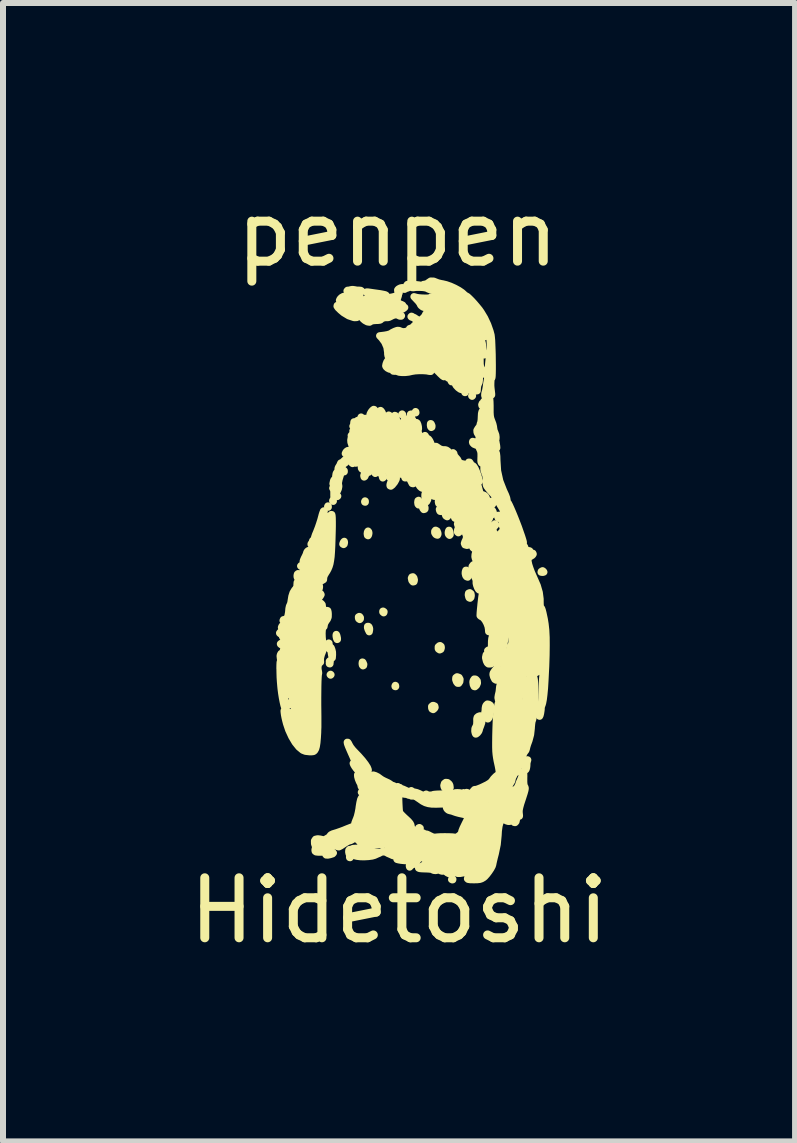
<source format=kicad_pcb>
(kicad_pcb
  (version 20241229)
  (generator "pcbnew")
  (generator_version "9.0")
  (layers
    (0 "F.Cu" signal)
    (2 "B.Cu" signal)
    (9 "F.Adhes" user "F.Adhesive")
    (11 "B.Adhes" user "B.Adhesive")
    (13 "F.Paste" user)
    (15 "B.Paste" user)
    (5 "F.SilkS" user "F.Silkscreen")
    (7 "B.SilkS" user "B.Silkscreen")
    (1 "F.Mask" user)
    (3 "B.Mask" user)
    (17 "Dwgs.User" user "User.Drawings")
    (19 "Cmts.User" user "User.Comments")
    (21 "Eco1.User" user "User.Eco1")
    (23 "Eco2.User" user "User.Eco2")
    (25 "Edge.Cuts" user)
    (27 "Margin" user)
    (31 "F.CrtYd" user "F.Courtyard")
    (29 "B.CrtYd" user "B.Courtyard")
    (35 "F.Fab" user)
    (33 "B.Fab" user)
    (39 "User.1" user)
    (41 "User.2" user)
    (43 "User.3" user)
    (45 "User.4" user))
  (footprint "penpen"
    (layer "F.Cu")
    (at 3.576 5.928)
    (property "Reference" "penpen" (at 0 -5.08 0) (unlocked yes) (layer "F.SilkS") (effects (font (size 1 1) (thickness 0.15))))
    (attr board_only exclude_from_pos_files exclude_from_bom)
    (fp_poly (pts (xy -1.601 0.456) (xy -1.608 0.463) (xy -1.615 0.456) (xy -1.608 0.449)) (stroke (width 0.12) (type solid)) (fill yes) (layer "F.SilkS"))
    (fp_poly (pts (xy -1.222 -0.456) (xy -1.229 -0.449) (xy -1.236 -0.456) (xy -1.229 -0.463)) (stroke (width 0.12) (type solid)) (fill yes) (layer "F.SilkS"))
    (fp_poly (pts (xy -1.123 2.043) (xy -1.13 2.05) (xy -1.137 2.043) (xy -1.13 2.036)) (stroke (width 0.12) (type solid)) (fill yes) (layer "F.SilkS"))
    (fp_poly (pts (xy -1.109 2.268) (xy -1.116 2.275) (xy -1.123 2.268) (xy -1.116 2.261)) (stroke (width 0.12) (type solid)) (fill yes) (layer "F.SilkS"))
    (fp_poly (pts (xy -1.053 5.09) (xy -1.06 5.097) (xy -1.067 5.09) (xy -1.06 5.083)) (stroke (width 0.12) (type solid)) (fill yes) (layer "F.SilkS"))
    (fp_poly (pts (xy -0.997 -0.709) (xy -1.004 -0.702) (xy -1.011 -0.709) (xy -1.004 -0.716)) (stroke (width 0.12) (type solid)) (fill yes) (layer "F.SilkS"))
    (fp_poly (pts (xy -0.758 -1.72) (xy -0.765 -1.713) (xy -0.772 -1.72) (xy -0.765 -1.727)) (stroke (width 0.12) (type solid)) (fill yes) (layer "F.SilkS"))
    (fp_poly (pts (xy -0.73 -1.874) (xy -0.737 -1.867) (xy -0.744 -1.874) (xy -0.737 -1.881)) (stroke (width 0.12) (type solid)) (fill yes) (layer "F.SilkS"))
    (fp_poly (pts (xy 0.084 -2.071) (xy 0.077 -2.064) (xy 0.07 -2.071) (xy 0.077 -2.078)) (stroke (width 0.12) (type solid)) (fill yes) (layer "F.SilkS"))
    (fp_poly (pts (xy 0.126 -4.163) (xy 0.119 -4.156) (xy 0.112 -4.163) (xy 0.119 -4.17)) (stroke (width 0.12) (type solid)) (fill yes) (layer "F.SilkS"))
    (fp_poly (pts (xy 0.239 -3.7) (xy 0.232 -3.693) (xy 0.225 -3.7) (xy 0.232 -3.707)) (stroke (width 0.12) (type solid)) (fill yes) (layer "F.SilkS"))
    (fp_poly (pts (xy 1.25 -2.38) (xy 1.243 -2.373) (xy 1.236 -2.38) (xy 1.243 -2.387)) (stroke (width 0.12) (type solid)) (fill yes) (layer "F.SilkS"))
    (fp_poly (pts (xy 1.783 1.973) (xy 1.776 1.98) (xy 1.769 1.973) (xy 1.776 1.966)) (stroke (width 0.12) (type solid)) (fill yes) (layer "F.SilkS"))
    (fp_poly (pts (xy -1.563 1.718) (xy -1.565 1.726) (xy -1.573 1.727) (xy -1.584 1.722) (xy -1.582 1.718) (xy -1.565 1.716)) (stroke (width 0.12) (type solid)) (fill yes) (layer "F.SilkS"))
    (fp_poly (pts (xy -1.409 0.033) (xy -1.407 0.049) (xy -1.409 0.051) (xy -1.417 0.05) (xy -1.418 0.042) (xy -1.413 0.031)) (stroke (width 0.12) (type solid)) (fill yes) (layer "F.SilkS"))
    (fp_poly (pts (xy -1.156 -0.543) (xy -1.154 -0.526) (xy -1.156 -0.524) (xy -1.164 -0.526) (xy -1.165 -0.534) (xy -1.16 -0.545)) (stroke (width 0.12) (type solid)) (fill yes) (layer "F.SilkS"))
    (fp_poly (pts (xy -1.128 2.069) (xy -1.126 2.085) (xy -1.128 2.087) (xy -1.136 2.085) (xy -1.137 2.078) (xy -1.132 2.066)) (stroke (width 0.12) (type solid)) (fill yes) (layer "F.SilkS"))
    (fp_poly (pts (xy -1.072 -0.641) (xy -1.07 -0.625) (xy -1.072 -0.622) (xy -1.08 -0.624) (xy -1.081 -0.632) (xy -1.076 -0.643)) (stroke (width 0.12) (type solid)) (fill yes) (layer "F.SilkS"))
    (fp_poly (pts (xy -0.889 -1.133) (xy -0.888 -1.116) (xy -0.889 -1.114) (xy -0.898 -1.116) (xy -0.899 -1.123) (xy -0.893 -1.135)) (stroke (width 0.12) (type solid)) (fill yes) (layer "F.SilkS"))
    (fp_poly (pts (xy -0.791 5.298) (xy -0.789 5.315) (xy -0.791 5.317) (xy -0.799 5.315) (xy -0.8 5.307) (xy -0.795 5.296)) (stroke (width 0.12) (type solid)) (fill yes) (layer "F.SilkS"))
    (fp_poly (pts (xy -0.763 -1.329) (xy -0.765 -1.321) (xy -0.772 -1.32) (xy -0.784 -1.325) (xy -0.782 -1.329) (xy -0.765 -1.331)) (stroke (width 0.12) (type solid)) (fill yes) (layer "F.SilkS"))
    (fp_poly (pts (xy -0.721 -1.94) (xy -0.719 -1.918) (xy -0.722 -1.913) (xy -0.728 -1.918) (xy -0.729 -1.932) (xy -0.726 -1.947)) (stroke (width 0.12) (type solid)) (fill yes) (layer "F.SilkS"))
    (fp_poly (pts (xy -0.538 -2.003) (xy -0.54 -1.995) (xy -0.548 -1.994) (xy -0.559 -1.999) (xy -0.557 -2.003) (xy -0.54 -2.005)) (stroke (width 0.12) (type solid)) (fill yes) (layer "F.SilkS"))
    (fp_poly (pts (xy -0.538 -0.627) (xy -0.537 -0.61) (xy -0.538 -0.608) (xy -0.547 -0.61) (xy -0.548 -0.618) (xy -0.542 -0.629)) (stroke (width 0.12) (type solid)) (fill yes) (layer "F.SilkS"))
    (fp_poly (pts (xy -0.228 5.215) (xy -0.233 5.221) (xy -0.247 5.222) (xy -0.262 5.219) (xy -0.255 5.214) (xy -0.233 5.212)) (stroke (width 0.12) (type solid)) (fill yes) (layer "F.SilkS"))
    (fp_poly (pts (xy -0.033 2.448) (xy -0.031 2.464) (xy -0.033 2.467) (xy -0.041 2.465) (xy -0.042 2.457) (xy -0.037 2.446)) (stroke (width 0.12) (type solid)) (fill yes) (layer "F.SilkS"))
    (fp_poly (pts (xy 0.066 -3.715) (xy 0.062 -3.709) (xy 0.048 -3.708) (xy 0.033 -3.711) (xy 0.039 -3.716) (xy 0.061 -3.718)) (stroke (width 0.12) (type solid)) (fill yes) (layer "F.SilkS"))
    (fp_poly (pts (xy 0.304 -2.115) (xy 0.306 -2.099) (xy 0.304 -2.097) (xy 0.296 -2.099) (xy 0.295 -2.106) (xy 0.3 -2.118)) (stroke (width 0.12) (type solid)) (fill yes) (layer "F.SilkS"))
    (fp_poly (pts (xy 0.711 -4.039) (xy 0.713 -4.022) (xy 0.711 -4.02) (xy 0.703 -4.022) (xy 0.702 -4.03) (xy 0.707 -4.041)) (stroke (width 0.12) (type solid)) (fill yes) (layer "F.SilkS"))
    (fp_poly (pts (xy 0.922 5.677) (xy 0.92 5.686) (xy 0.913 5.687) (xy 0.901 5.681) (xy 0.903 5.677) (xy 0.92 5.676)) (stroke (width 0.12) (type solid)) (fill yes) (layer "F.SilkS"))
    (fp_poly (pts (xy 1.933 4.196) (xy 1.935 4.218) (xy 1.932 4.223) (xy 1.926 4.218) (xy 1.925 4.204) (xy 1.928 4.189)) (stroke (width 0.12) (type solid)) (fill yes) (layer "F.SilkS"))
    (fp_poly (pts (xy 2.003 0.145) (xy 2.001 0.153) (xy 1.994 0.154) (xy 1.982 0.149) (xy 1.984 0.145) (xy 2.001 0.143)) (stroke (width 0.12) (type solid)) (fill yes) (layer "F.SilkS"))
    (fp_poly (pts (xy -0.722 -1.816) (xy -0.725 -1.805) (xy -0.736 -1.785) (xy -0.743 -1.789) (xy -0.744 -1.796) (xy -0.734 -1.815) (xy -0.73 -1.818)) (stroke (width 0.12) (type solid)) (fill yes) (layer "F.SilkS"))
    (fp_poly (pts (xy -0.238 -1.046) (xy -0.23 -1.029) (xy -0.232 -1.024) (xy -0.246 -1.012) (xy -0.252 -1.026) (xy -0.253 -1.033) (xy -0.246 -1.047)) (stroke (width 0.12) (type solid)) (fill yes) (layer "F.SilkS"))
    (fp_poly (pts (xy 0.237 -2.061) (xy 0.236 -2.048) (xy 0.228 -2.037) (xy 0.219 -2.048) (xy 0.214 -2.069) (xy 0.216 -2.074) (xy 0.23 -2.077)) (stroke (width 0.12) (type solid)) (fill yes) (layer "F.SilkS"))
    (fp_poly (pts (xy 1.629 -0.246) (xy 1.637 -0.229) (xy 1.635 -0.224) (xy 1.622 -0.211) (xy 1.615 -0.225) (xy 1.615 -0.233) (xy 1.622 -0.247)) (stroke (width 0.12) (type solid)) (fill yes) (layer "F.SilkS"))
    (fp_poly (pts (xy 1.739 2.196) (xy 1.754 2.21) (xy 1.751 2.218) (xy 1.749 2.218) (xy 1.737 2.208) (xy 1.733 2.202) (xy 1.731 2.193)) (stroke (width 0.12) (type solid)) (fill yes) (layer "F.SilkS"))
    (fp_poly (pts (xy 2.17 3.688) (xy 2.168 3.699) (xy 2.156 3.719) (xy 2.149 3.716) (xy 2.148 3.708) (xy 2.158 3.689) (xy 2.162 3.686)) (stroke (width 0.12) (type solid)) (fill yes) (layer "F.SilkS"))
    (fp_poly (pts (xy -1.938 1.569) (xy -1.938 1.573) (xy -1.948 1.586) (xy -1.952 1.587) (xy -1.965 1.576) (xy -1.966 1.573) (xy -1.955 1.559) (xy -1.952 1.559)) (stroke (width 0.12) (type solid)) (fill yes) (layer "F.SilkS"))
    (fp_poly (pts (xy -1.938 1.748) (xy -1.924 1.761) (xy -1.924 1.763) (xy -1.934 1.769) (xy -1.938 1.769) (xy -1.951 1.758) (xy -1.952 1.754) (xy -1.943 1.746)) (stroke (width 0.12) (type solid)) (fill yes) (layer "F.SilkS"))
    (fp_poly (pts (xy -1.774 2.747) (xy -1.772 2.751) (xy -1.779 2.764) (xy -1.79 2.766) (xy -1.808 2.759) (xy -1.809 2.751) (xy -1.794 2.736) (xy -1.79 2.736)) (stroke (width 0.12) (type solid)) (fill yes) (layer "F.SilkS"))
    (fp_poly (pts (xy -1.423 0.079) (xy -1.425 0.084) (xy -1.438 0.098) (xy -1.441 0.098) (xy -1.442 0.089) (xy -1.439 0.084) (xy -1.426 0.071) (xy -1.423 0.07)) (stroke (width 0.12) (type solid)) (fill yes) (layer "F.SilkS"))
    (fp_poly (pts (xy -1.142 1.742) (xy -1.142 1.745) (xy -1.14 1.775) (xy -1.142 1.787) (xy -1.147 1.787) (xy -1.149 1.765) (xy -1.149 1.762) (xy -1.147 1.74)) (stroke (width 0.12) (type solid)) (fill yes) (layer "F.SilkS"))
    (fp_poly (pts (xy -1.123 1.822) (xy -1.123 1.825) (xy -1.134 1.839) (xy -1.138 1.839) (xy -1.147 1.831) (xy -1.144 1.825) (xy -1.132 1.812) (xy -1.129 1.811)) (stroke (width 0.12) (type solid)) (fill yes) (layer "F.SilkS"))
    (fp_poly (pts (xy -0.828 -1.46) (xy -0.837 -1.438) (xy -0.849 -1.423) (xy -0.866 -1.412) (xy -0.871 -1.418) (xy -0.861 -1.44) (xy -0.849 -1.455) (xy -0.833 -1.466)) (stroke (width 0.12) (type solid)) (fill yes) (layer "F.SilkS"))
    (fp_poly (pts (xy -0.63 1.3) (xy -0.619 1.317) (xy -0.62 1.338) (xy -0.63 1.348) (xy -0.646 1.337) (xy -0.65 1.328) (xy -0.652 1.305) (xy -0.639 1.297)) (stroke (width 0.12) (type solid)) (fill yes) (layer "F.SilkS"))
    (fp_poly (pts (xy -0.58 2.058) (xy -0.576 2.064) (xy -0.563 2.094) (xy -0.566 2.115) (xy -0.576 2.12) (xy -0.586 2.108) (xy -0.59 2.082) (xy -0.587 2.057)) (stroke (width 0.12) (type solid)) (fill yes) (layer "F.SilkS"))
    (fp_poly (pts (xy -0.535 5.094) (xy -0.534 5.104) (xy -0.541 5.123) (xy -0.548 5.125) (xy -0.56 5.114) (xy -0.562 5.104) (xy -0.554 5.085) (xy -0.548 5.083)) (stroke (width 0.12) (type solid)) (fill yes) (layer "F.SilkS"))
    (fp_poly (pts (xy -0.476 1.47) (xy -0.466 1.495) (xy -0.466 1.518) (xy -0.472 1.552) (xy -0.491 1.513) (xy -0.501 1.482) (xy -0.499 1.463) (xy -0.485 1.463)) (stroke (width 0.12) (type solid)) (fill yes) (layer "F.SilkS"))
    (fp_poly (pts (xy -0.225 1.218) (xy -0.225 1.222) (xy -0.229 1.235) (xy -0.231 1.236) (xy -0.243 1.226) (xy -0.246 1.222) (xy -0.245 1.209) (xy -0.24 1.208)) (stroke (width 0.12) (type solid)) (fill yes) (layer "F.SilkS"))
    (fp_poly (pts (xy 0.028 -4.104) (xy 0.028 -4.1) (xy 0.023 -4.086) (xy 0.022 -4.086) (xy 0.01 -4.096) (xy 0.007 -4.1) (xy 0.008 -4.113) (xy 0.013 -4.114)) (stroke (width 0.12) (type solid)) (fill yes) (layer "F.SilkS"))
    (fp_poly (pts (xy 0.557 -1.916) (xy 0.562 -1.91) (xy 0.574 -1.88) (xy 0.572 -1.859) (xy 0.562 -1.853) (xy 0.552 -1.866) (xy 0.548 -1.892) (xy 0.55 -1.917)) (stroke (width 0.12) (type solid)) (fill yes) (layer "F.SilkS"))
    (fp_poly (pts (xy 1.291 -2.475) (xy 1.292 -2.471) (xy 1.287 -2.458) (xy 1.286 -2.457) (xy 1.274 -2.467) (xy 1.271 -2.471) (xy 1.272 -2.484) (xy 1.277 -2.485)) (stroke (width 0.12) (type solid)) (fill yes) (layer "F.SilkS"))
    (fp_poly (pts (xy 1.704 -0.371) (xy 1.712 -0.346) (xy 1.705 -0.338) (xy 1.692 -0.337) (xy 1.675 -0.349) (xy 1.671 -0.365) (xy 1.678 -0.389) (xy 1.693 -0.389)) (stroke (width 0.12) (type solid)) (fill yes) (layer "F.SilkS"))
    (fp_poly (pts (xy 1.755 -0.101) (xy 1.763 -0.079) (xy 1.759 -0.065) (xy 1.739 -0.057) (xy 1.728 -0.073) (xy 1.727 -0.084) (xy 1.732 -0.107) (xy 1.74 -0.112)) (stroke (width 0.12) (type solid)) (fill yes) (layer "F.SilkS"))
    (fp_poly (pts (xy 2.432 0.545) (xy 2.439 0.557) (xy 2.422 0.562) (xy 2.415 0.562) (xy 2.393 0.559) (xy 2.395 0.548) (xy 2.398 0.545) (xy 2.417 0.535)) (stroke (width 0.12) (type solid)) (fill yes) (layer "F.SilkS"))
    (fp_poly (pts (xy -1.094 1.853) (xy -1.085 1.891) (xy -1.084 1.936) (xy -1.084 1.937) (xy -1.088 1.987) (xy -1.099 1.939) (xy -1.106 1.895) (xy -1.108 1.855) (xy -1.107 1.818)) (stroke (width 0.12) (type solid)) (fill yes) (layer "F.SilkS"))
    (fp_poly (pts (xy -1.014 1.61) (xy -1.009 1.627) (xy -1.002 1.66) (xy -1.002 1.679) (xy -1.007 1.681) (xy -1.016 1.663) (xy -1.023 1.63) (xy -1.024 1.61) (xy -1.021 1.597)) (stroke (width 0.12) (type solid)) (fill yes) (layer "F.SilkS"))
    (fp_poly (pts (xy -0.885 0.059) (xy -0.885 0.067) (xy -0.89 0.091) (xy -0.899 0.098) (xy -0.912 0.09) (xy -0.912 0.088) (xy -0.905 0.068) (xy -0.899 0.056) (xy -0.888 0.045)) (stroke (width 0.12) (type solid)) (fill yes) (layer "F.SilkS"))
    (fp_poly (pts (xy -0.795 -1.47) (xy -0.781 -1.451) (xy -0.773 -1.426) (xy -0.772 -1.422) (xy -0.775 -1.406) (xy -0.784 -1.412) (xy -0.798 -1.434) (xy -0.809 -1.459) (xy -0.808 -1.472)) (stroke (width 0.12) (type solid)) (fill yes) (layer "F.SilkS"))
    (fp_poly (pts (xy 0.249 -1.985) (xy 0.254 -1.976) (xy 0.263 -1.951) (xy 0.263 -1.932) (xy 0.254 -1.928) (xy 0.249 -1.932) (xy 0.241 -1.953) (xy 0.239 -1.972) (xy 0.241 -1.992)) (stroke (width 0.12) (type solid)) (fill yes) (layer "F.SilkS"))
    (fp_poly (pts (xy 0.621 2.79) (xy 0.626 2.813) (xy 0.617 2.83) (xy 0.594 2.849) (xy 0.576 2.84) (xy 0.57 2.828) (xy 0.568 2.797) (xy 0.587 2.781) (xy 0.597 2.78)) (stroke (width 0.12) (type solid)) (fill yes) (layer "F.SilkS"))
    (fp_poly (pts (xy 0.726 1.795) (xy 0.73 1.818) (xy 0.722 1.845) (xy 0.703 1.854) (xy 0.684 1.842) (xy 0.679 1.833) (xy 0.679 1.803) (xy 0.699 1.785) (xy 0.71 1.783)) (stroke (width 0.12) (type solid)) (fill yes) (layer "F.SilkS"))
    (fp_poly (pts (xy 1.023 -0.157) (xy 1.033 -0.138) (xy 1.033 -0.116) (xy 1.031 -0.111) (xy 1.014 -0.098) (xy 1 -0.109) (xy 0.997 -0.126) (xy 1.003 -0.152) (xy 1.009 -0.161)) (stroke (width 0.12) (type solid)) (fill yes) (layer "F.SilkS"))
    (fp_poly (pts (xy -0.481 -0.114) (xy -0.477 -0.092) (xy -0.483 -0.062) (xy -0.491 -0.049) (xy -0.501 -0.055) (xy -0.505 -0.082) (xy -0.505 -0.083) (xy -0.501 -0.113) (xy -0.492 -0.126) (xy -0.491 -0.126)) (stroke (width 0.12) (type solid)) (fill yes) (layer "F.SilkS"))
    (fp_poly (pts (xy -0.095 5.048) (xy -0.055 5.066) (xy -0.031 5.088) (xy -0.028 5.099) (xy -0.035 5.11) (xy -0.057 5.103) (xy -0.088 5.086) (xy -0.117 5.064) (xy -0.125 5.049) (xy -0.112 5.045)) (stroke (width 0.12) (type solid)) (fill yes) (layer "F.SilkS"))
    (fp_poly (pts (xy 0.179 -4.231) (xy 0.182 -4.211) (xy 0.177 -4.188) (xy 0.168 -4.177) (xy 0.156 -4.18) (xy 0.154 -4.19) (xy 0.154 -4.216) (xy 0.153 -4.222) (xy 0.163 -4.236) (xy 0.167 -4.238)) (stroke (width 0.12) (type solid)) (fill yes) (layer "F.SilkS"))
    (fp_poly (pts (xy 0.272 0.653) (xy 0.28 0.685) (xy 0.281 0.691) (xy 0.274 0.718) (xy 0.258 0.721) (xy 0.241 0.701) (xy 0.238 0.694) (xy 0.231 0.658) (xy 0.239 0.64) (xy 0.256 0.636)) (stroke (width 0.12) (type solid)) (fill yes) (layer "F.SilkS"))
    (fp_poly (pts (xy 0.351 -0.639) (xy 0.362 -0.62) (xy 0.365 -0.596) (xy 0.36 -0.57) (xy 0.351 -0.562) (xy 0.341 -0.574) (xy 0.337 -0.603) (xy 0.337 -0.605) (xy 0.341 -0.633) (xy 0.351 -0.639)) (stroke (width 0.12) (type solid)) (fill yes) (layer "F.SilkS"))
    (fp_poly (pts (xy 0.378 4.825) (xy 0.376 4.844) (xy 0.361 4.862) (xy 0.356 4.864) (xy 0.34 4.865) (xy 0.342 4.85) (xy 0.35 4.828) (xy 0.351 4.822) (xy 0.362 4.816) (xy 0.365 4.816)) (stroke (width 0.12) (type solid)) (fill yes) (layer "F.SilkS"))
    (fp_poly (pts (xy 0.659 -0.128) (xy 0.672 -0.096) (xy 0.674 -0.076) (xy 0.666 -0.058) (xy 0.647 -0.063) (xy 0.635 -0.073) (xy 0.62 -0.098) (xy 0.62 -0.124) (xy 0.632 -0.14) (xy 0.637 -0.14)) (stroke (width 0.12) (type solid)) (fill yes) (layer "F.SilkS"))
    (fp_poly (pts (xy 0.862 -0.139) (xy 0.868 -0.123) (xy 0.876 -0.095) (xy 0.877 -0.066) (xy 0.867 -0.055) (xy 0.853 -0.067) (xy 0.848 -0.077) (xy 0.845 -0.099) (xy 0.849 -0.123) (xy 0.856 -0.139)) (stroke (width 0.12) (type solid)) (fill yes) (layer "F.SilkS"))
    (fp_poly (pts (xy 1.204 0.901) (xy 1.224 0.917) (xy 1.229 0.947) (xy 1.223 0.979) (xy 1.209 0.993) (xy 1.194 0.987) (xy 1.188 0.975) (xy 1.179 0.936) (xy 1.184 0.909) (xy 1.203 0.901)) (stroke (width 0.12) (type solid)) (fill yes) (layer "F.SilkS"))
    (fp_poly (pts (xy 1.268 -1.617) (xy 1.285 -1.606) (xy 1.313 -1.582) (xy 1.32 -1.565) (xy 1.307 -1.56) (xy 1.276 -1.573) (xy 1.274 -1.574) (xy 1.254 -1.595) (xy 1.25 -1.609) (xy 1.253 -1.621)) (stroke (width 0.12) (type solid)) (fill yes) (layer "F.SilkS"))
    (fp_poly (pts (xy 1.763 -0.251) (xy 1.773 -0.228) (xy 1.78 -0.2) (xy 1.78 -0.178) (xy 1.775 -0.16) (xy 1.768 -0.163) (xy 1.757 -0.188) (xy 1.746 -0.224) (xy 1.745 -0.252) (xy 1.752 -0.261)) (stroke (width 0.12) (type solid)) (fill yes) (layer "F.SilkS"))
    (fp_poly (pts (xy 0.432 -0.578) (xy 0.442 -0.558) (xy 0.458 -0.519) (xy 0.457 -0.495) (xy 0.453 -0.49) (xy 0.437 -0.485) (xy 0.422 -0.505) (xy 0.411 -0.542) (xy 0.41 -0.573) (xy 0.414 -0.595) (xy 0.42 -0.598)) (stroke (width 0.12) (type solid)) (fill yes) (layer "F.SilkS"))
    (fp_poly (pts (xy 0.833 4.066) (xy 0.86 4.088) (xy 0.872 4.111) (xy 0.877 4.15) (xy 0.861 4.175) (xy 0.83 4.181) (xy 0.797 4.169) (xy 0.778 4.144) (xy 0.772 4.115) (xy 0.782 4.08) (xy 0.804 4.063)) (stroke (width 0.12) (type solid)) (fill yes) (layer "F.SilkS"))
    (fp_poly (pts (xy 1.026 2.314) (xy 1.042 2.344) (xy 1.038 2.382) (xy 1.038 2.383) (xy 1.02 2.411) (xy 1.001 2.41) (xy 0.983 2.388) (xy 0.969 2.348) (xy 0.972 2.317) (xy 0.991 2.303) (xy 0.996 2.303)) (stroke (width 0.12) (type solid)) (fill yes) (layer "F.SilkS"))
    (fp_poly (pts (xy 1.15 0.527) (xy 1.16 0.536) (xy 1.176 0.563) (xy 1.183 0.597) (xy 1.181 0.628) (xy 1.17 0.642) (xy 1.151 0.635) (xy 1.137 0.617) (xy 1.128 0.58) (xy 1.13 0.551) (xy 1.138 0.527)) (stroke (width 0.12) (type solid)) (fill yes) (layer "F.SilkS"))
    (fp_poly (pts (xy 2.394 2.839) (xy 2.391 2.864) (xy 2.384 2.91) (xy 2.376 2.943) (xy 2.368 2.96) (xy 2.364 2.958) (xy 2.364 2.933) (xy 2.365 2.916) (xy 2.372 2.871) (xy 2.382 2.835) (xy 2.386 2.825) (xy 2.393 2.819)) (stroke (width 0.12) (type solid)) (fill yes) (layer "F.SilkS"))
    (fp_poly (pts (xy -0.602 -2.019) (xy -0.597 -2.005) (xy -0.594 -1.975) (xy -0.596 -1.94) (xy -0.601 -1.907) (xy -0.61 -1.884) (xy -0.619 -1.876) (xy -0.624 -1.883) (xy -0.627 -1.909) (xy -0.624 -1.951) (xy -0.621 -1.974) (xy -0.613 -2.013) (xy -0.607 -2.027)) (stroke (width 0.12) (type solid)) (fill yes) (layer "F.SilkS"))
    (fp_poly (pts (xy 0.097 -4.177) (xy 0.098 -4.171) (xy 0.088 -4.163) (xy 0.079 -4.165) (xy 0.056 -4.163) (xy 0.05 -4.157) (xy 0.029 -4.144) (xy 0.017 -4.143) (xy 0.002 -4.145) (xy 0.01 -4.155) (xy 0.02 -4.164) (xy 0.05 -4.179) (xy 0.079 -4.184)) (stroke (width 0.12) (type solid)) (fill yes) (layer "F.SilkS"))
    (fp_poly (pts (xy 0.328 -1.926) (xy 0.339 -1.899) (xy 0.347 -1.865) (xy 0.349 -1.832) (xy 0.346 -1.818) (xy 0.33 -1.799) (xy 0.313 -1.803) (xy 0.306 -1.815) (xy 0.301 -1.846) (xy 0.302 -1.884) (xy 0.307 -1.917) (xy 0.315 -1.935) (xy 0.316 -1.935)) (stroke (width 0.12) (type solid)) (fill yes) (layer "F.SilkS"))
    (fp_poly (pts (xy 1.297 2.341) (xy 1.306 2.345) (xy 1.328 2.371) (xy 1.332 2.407) (xy 1.317 2.443) (xy 1.312 2.449) (xy 1.29 2.468) (xy 1.277 2.465) (xy 1.264 2.438) (xy 1.262 2.433) (xy 1.256 2.386) (xy 1.263 2.362) (xy 1.278 2.34)) (stroke (width 0.12) (type solid)) (fill yes) (layer "F.SilkS"))
    (fp_poly (pts (xy 2.156 3.748) (xy 2.155 3.778) (xy 2.155 3.782) (xy 2.151 3.813) (xy 2.145 3.838) (xy 2.138 3.851) (xy 2.135 3.844) (xy 2.134 3.837) (xy 2.129 3.81) (xy 2.127 3.802) (xy 2.129 3.777) (xy 2.139 3.757) (xy 2.151 3.742)) (stroke (width 0.12) (type solid)) (fill yes) (layer "F.SilkS"))
    (fp_poly (pts (xy -0.39 -2.153) (xy -0.381 -2.143) (xy -0.39 -2.137) (xy -0.406 -2.123) (xy -0.407 -2.118) (xy -0.415 -2.098) (xy -0.435 -2.069) (xy -0.435 -2.068) (xy -0.454 -2.049) (xy -0.463 -2.049) (xy -0.463 -2.052) (xy -0.456 -2.08) (xy -0.439 -2.112) (xy -0.417 -2.139) (xy -0.398 -2.154)) (stroke (width 0.12) (type solid)) (fill yes) (layer "F.SilkS"))
    (fp_poly (pts (xy 1.668 2.161) (xy 1.67 2.195) (xy 1.671 2.244) (xy 1.671 2.254) (xy 1.67 2.308) (xy 1.667 2.339) (xy 1.66 2.355) (xy 1.647 2.359) (xy 1.645 2.359) (xy 1.622 2.346) (xy 1.602 2.307) (xy 1.601 2.304) (xy 1.591 2.268) (xy 1.593 2.243) (xy 1.61 2.215) (xy 1.622 2.199) (xy 1.646 2.169) (xy 1.662 2.151) (xy 1.666 2.148)) (stroke (width 0.12) (type solid)) (fill yes) (layer "F.SilkS"))
    (fp_poly (pts (xy -1.481 0.199) (xy -1.482 0.216) (xy -1.493 0.249) (xy -1.509 0.282) (xy -1.528 0.325) (xy -1.538 0.359) (xy -1.539 0.374) (xy -1.543 0.391) (xy -1.552 0.393) (xy -1.57 0.385) (xy -1.573 0.379) (xy -1.567 0.358) (xy -1.552 0.323) (xy -1.546 0.312) (xy -1.529 0.277) (xy -1.519 0.253) (xy -1.518 0.249) (xy -1.511 0.225) (xy -1.496 0.205) (xy -1.483 0.198)) (stroke (width 0.12) (type solid)) (fill yes) (layer "F.SilkS"))
    (fp_poly (pts (xy -0.814 -1.337) (xy -0.824 -1.315) (xy -0.848 -1.286) (xy -0.876 -1.259) (xy -0.899 -1.245) (xy -0.901 -1.245) (xy -0.93 -1.235) (xy -0.937 -1.231) (xy -0.952 -1.23) (xy -0.955 -1.242) (xy -0.946 -1.261) (xy -0.939 -1.264) (xy -0.919 -1.273) (xy -0.897 -1.294) (xy -0.878 -1.312) (xy -0.871 -1.313) (xy -0.871 -1.313) (xy -0.862 -1.312) (xy -0.842 -1.327) (xy -0.822 -1.34)) (stroke (width 0.12) (type solid)) (fill yes) (layer "F.SilkS"))
    (fp_poly (pts (xy 1.519 2.76) (xy 1.53 2.766) (xy 1.547 2.777) (xy 1.556 2.794) (xy 1.557 2.822) (xy 1.552 2.869) (xy 1.541 2.937) (xy 1.526 2.983) (xy 1.509 3.004) (xy 1.504 3.005) (xy 1.487 2.995) (xy 1.468 2.978) (xy 1.452 2.949) (xy 1.453 2.911) (xy 1.454 2.904) (xy 1.461 2.863) (xy 1.462 2.829) (xy 1.462 2.829) (xy 1.468 2.795) (xy 1.478 2.775) (xy 1.497 2.757)) (stroke (width 0.12) (type solid)) (fill yes) (layer "F.SilkS"))
    (fp_poly (pts (xy 0.546 -0.774) (xy 0.553 -0.764) (xy 0.561 -0.732) (xy 0.551 -0.72) (xy 0.531 -0.724) (xy 0.51 -0.727) (xy 0.508 -0.715) (xy 0.51 -0.711) (xy 0.51 -0.684) (xy 0.501 -0.647) (xy 0.499 -0.643) (xy 0.484 -0.615) (xy 0.474 -0.614) (xy 0.473 -0.618) (xy 0.461 -0.663) (xy 0.456 -0.707) (xy 0.457 -0.742) (xy 0.465 -0.76) (xy 0.467 -0.76) (xy 0.494 -0.764) (xy 0.498 -0.764) (xy 0.523 -0.773) (xy 0.529 -0.776)) (stroke (width 0.12) (type solid)) (fill yes) (layer "F.SilkS"))
    (fp_poly (pts (xy -0.02 -1.019) (xy -0.019 -1.019) (xy -0.022 -0.991) (xy -0.044 -0.95) (xy -0.052 -0.937) (xy -0.087 -0.894) (xy -0.112 -0.875) (xy -0.124 -0.88) (xy -0.126 -0.895) (xy -0.118 -0.927) (xy -0.106 -0.949) (xy -0.088 -0.979) (xy -0.086 -1.002) (xy -0.1 -1.008) (xy -0.102 -1.008) (xy -0.123 -1.012) (xy -0.127 -1.017) (xy -0.12 -1.028) (xy -0.102 -1.032) (xy -0.077 -1.029) (xy -0.07 -1.021) (xy -0.062 -1.017) (xy -0.049 -1.025) (xy -0.031 -1.034)) (stroke (width 0.12) (type solid)) (fill yes) (layer "F.SilkS"))
    (fp_poly (pts (xy -0.12 5.162) (xy -0.096 5.181) (xy -0.056 5.21) (xy -0.018 5.232) (xy -0.009 5.237) (xy 0.02 5.253) (xy 0.027 5.269) (xy 0.012 5.279) (xy 0.001 5.279) (xy -0.032 5.283) (xy -0.044 5.286) (xy -0.072 5.285) (xy -0.084 5.28) (xy -0.112 5.267) (xy -0.149 5.251) (xy -0.151 5.251) (xy -0.181 5.234) (xy -0.187 5.219) (xy -0.167 5.21) (xy -0.153 5.209) (xy -0.134 5.206) (xy -0.136 5.19) (xy -0.141 5.18) (xy -0.152 5.153) (xy -0.145 5.147)) (stroke (width 0.12) (type solid)) (fill yes) (layer "F.SilkS"))
    (fp_poly (pts (xy 1.39 2.963) (xy 1.392 2.965) (xy 1.406 3.011) (xy 1.403 3.068) (xy 1.383 3.126) (xy 1.382 3.128) (xy 1.368 3.163) (xy 1.362 3.189) (xy 1.353 3.212) (xy 1.332 3.239) (xy 1.31 3.256) (xy 1.303 3.257) (xy 1.296 3.245) (xy 1.289 3.215) (xy 1.288 3.212) (xy 1.291 3.163) (xy 1.303 3.141) (xy 1.319 3.105) (xy 1.322 3.048) (xy 1.322 3.047) (xy 1.321 3.004) (xy 1.328 2.979) (xy 1.345 2.964) (xy 1.349 2.962) (xy 1.375 2.953)) (stroke (width 0.12) (type solid)) (fill yes) (layer "F.SilkS"))
    (fp_poly (pts (xy -0.648 5.161) (xy -0.59 5.165) (xy -0.532 5.171) (xy -0.481 5.18) (xy -0.443 5.189) (xy -0.425 5.199) (xy -0.424 5.202) (xy -0.414 5.211) (xy -0.383 5.219) (xy -0.351 5.224) (xy -0.309 5.229) (xy -0.293 5.235) (xy -0.3 5.242) (xy -0.302 5.243) (xy -0.334 5.256) (xy -0.374 5.274) (xy -0.379 5.277) (xy -0.424 5.29) (xy -0.484 5.298) (xy -0.551 5.302) (xy -0.618 5.301) (xy -0.676 5.294) (xy -0.718 5.283) (xy -0.73 5.276) (xy -0.76 5.26) (xy -0.779 5.265) (xy -0.797 5.271) (xy -0.806 5.258) (xy -0.814 5.223) (xy -0.812 5.194) (xy -0.801 5.181) (xy -0.8 5.181) (xy -0.789 5.193) (xy -0.786 5.21) (xy -0.781 5.23) (xy -0.772 5.23) (xy -0.763 5.211) (xy -0.765 5.196) (xy -0.764 5.174) (xy -0.741 5.164) (xy -0.701 5.161)) (stroke (width 0.12) (type solid)) (fill yes) (layer "F.SilkS"))
    (fp_poly (pts (xy -0.829 3.395) (xy -0.815 3.416) (xy -0.808 3.432) (xy -0.784 3.474) (xy -0.748 3.52) (xy -0.725 3.545) (xy -0.649 3.624) (xy -0.585 3.697) (xy -0.536 3.761) (xy -0.503 3.813) (xy -0.488 3.851) (xy -0.488 3.864) (xy -0.5 3.886) (xy -0.518 3.883) (xy -0.536 3.865) (xy -0.556 3.834) (xy -0.575 3.795) (xy -0.575 3.795) (xy -0.59 3.764) (xy -0.602 3.749) (xy -0.604 3.749) (xy -0.616 3.761) (xy -0.626 3.792) (xy -0.631 3.832) (xy -0.632 3.844) (xy -0.636 3.869) (xy -0.649 3.871) (xy -0.672 3.85) (xy -0.689 3.83) (xy -0.715 3.794) (xy -0.732 3.764) (xy -0.739 3.745) (xy -0.733 3.742) (xy -0.725 3.748) (xy -0.707 3.759) (xy -0.7 3.751) (xy -0.707 3.722) (xy -0.726 3.672) (xy -0.758 3.599) (xy -0.768 3.577) (xy -0.796 3.513) (xy -0.819 3.459) (xy -0.834 3.418) (xy -0.838 3.396) (xy -0.838 3.394)) (stroke (width 0.12) (type solid)) (fill yes) (layer "F.SilkS"))
    (fp_poly (pts (xy -1.29 5.008) (xy -1.254 5.016) (xy -1.242 5.024) (xy -1.248 5.037) (xy -1.254 5.043) (xy -1.273 5.067) (xy -1.278 5.08) (xy -1.266 5.095) (xy -1.237 5.11) (xy -1.201 5.121) (xy -1.17 5.124) (xy -1.17 5.124) (xy -1.129 5.124) (xy -1.111 5.133) (xy -1.109 5.139) (xy -1.117 5.151) (xy -1.12 5.151) (xy -1.141 5.151) (xy -1.163 5.151) (xy -1.188 5.158) (xy -1.188 5.171) (xy -1.167 5.188) (xy -1.126 5.206) (xy -1.126 5.206) (xy -1.084 5.223) (xy -1.069 5.239) (xy -1.082 5.253) (xy -1.122 5.266) (xy -1.159 5.274) (xy -1.189 5.273) (xy -1.203 5.255) (xy -1.204 5.251) (xy -1.221 5.227) (xy -1.241 5.224) (xy -1.275 5.225) (xy -1.319 5.225) (xy -1.323 5.225) (xy -1.358 5.221) (xy -1.373 5.21) (xy -1.376 5.188) (xy -1.37 5.162) (xy -1.358 5.153) (xy -1.349 5.149) (xy -1.357 5.142) (xy -1.37 5.122) (xy -1.382 5.088) (xy -1.383 5.082) (xy -1.384 5.037) (xy -1.367 5.011) (xy -1.33 5.003)) (stroke (width 0.12) (type solid)) (fill yes) (layer "F.SilkS"))
    (fp_poly (pts (xy -0.969 -1.196) (xy -0.968 -1.179) (xy -0.965 -1.16) (xy -0.959 -1.167) (xy -0.959 -1.168) (xy -0.944 -1.192) (xy -0.935 -1.198) (xy -0.925 -1.191) (xy -0.926 -1.163) (xy -0.935 -1.117) (xy -0.953 -1.06) (xy -0.974 -0.99) (xy -0.985 -0.936) (xy -0.985 -0.904) (xy -0.983 -0.899) (xy -0.979 -0.872) (xy -0.986 -0.834) (xy -1.001 -0.797) (xy -1.019 -0.772) (xy -1.027 -0.768) (xy -1.047 -0.749) (xy -1.057 -0.714) (xy -1.06 -0.7) (xy -1.061 -0.712) (xy -1.061 -0.741) (xy -1.061 -0.784) (xy -1.065 -0.814) (xy -1.069 -0.823) (xy -1.08 -0.841) (xy -1.067 -0.869) (xy -1.051 -0.887) (xy -1.021 -0.917) (xy -1.052 -0.909) (xy -1.074 -0.907) (xy -1.076 -0.919) (xy -1.075 -0.922) (xy -1.068 -0.953) (xy -1.067 -0.963) (xy -1.057 -0.981) (xy -1.05 -0.983) (xy -1.037 -0.996) (xy -1.03 -1.032) (xy -1.03 -1.041) (xy -1.023 -1.086) (xy -1.007 -1.111) (xy -1.006 -1.112) (xy -0.991 -1.132) (xy -0.992 -1.144) (xy -0.991 -1.171) (xy -0.984 -1.189) (xy -0.973 -1.205)) (stroke (width 0.12) (type solid)) (fill yes) (layer "F.SilkS"))
    (fp_poly (pts (xy 2.272 2.313) (xy 2.279 2.348) (xy 2.283 2.393) (xy 2.286 2.453) (xy 2.287 2.524) (xy 2.288 2.6) (xy 2.287 2.676) (xy 2.286 2.746) (xy 2.283 2.805) (xy 2.28 2.848) (xy 2.276 2.87) (xy 2.275 2.871) (xy 2.266 2.889) (xy 2.261 2.925) (xy 2.261 2.947) (xy 2.258 2.989) (xy 2.251 3.019) (xy 2.248 3.027) (xy 2.241 3.046) (xy 2.235 3.086) (xy 2.23 3.139) (xy 2.229 3.159) (xy 2.217 3.266) (xy 2.191 3.363) (xy 2.186 3.377) (xy 2.167 3.428) (xy 2.154 3.471) (xy 2.148 3.498) (xy 2.148 3.5) (xy 2.139 3.528) (xy 2.121 3.551) (xy 2.103 3.579) (xy 2.085 3.624) (xy 2.073 3.663) (xy 2.056 3.719) (xy 2.035 3.773) (xy 2.022 3.8) (xy 2.005 3.837) (xy 1.995 3.865) (xy 1.994 3.871) (xy 1.986 3.891) (xy 1.969 3.899) (xy 1.962 3.895) (xy 1.961 3.878) (xy 1.966 3.845) (xy 1.969 3.836) (xy 1.99 3.735) (xy 2.007 3.617) (xy 2.017 3.492) (xy 2.021 3.382) (xy 2.024 3.28) (xy 2.033 3.203) (xy 2.043 3.159) (xy 2.058 3.111) (xy 2.069 3.065) (xy 2.071 3.055) (xy 2.079 3.012) (xy 2.09 2.953) (xy 2.105 2.874) (xy 2.119 2.808) (xy 2.128 2.755) (xy 2.135 2.689) (xy 2.141 2.617) (xy 2.146 2.545) (xy 2.148 2.478) (xy 2.148 2.423) (xy 2.146 2.384) (xy 2.142 2.37) (xy 2.136 2.36) (xy 2.15 2.363) (xy 2.176 2.357) (xy 2.203 2.33) (xy 2.233 2.297) (xy 2.256 2.291)) (stroke (width 0.12) (type solid)) (fill yes) (layer "F.SilkS"))
    (fp_poly (pts (xy -0.72 -4.149) (xy -0.676 -4.141) (xy -0.644 -4.141) (xy -0.613 -4.138) (xy -0.597 -4.127) (xy -0.602 -4.114) (xy -0.612 -4.108) (xy -0.629 -4.089) (xy -0.628 -4.064) (xy -0.63 -4.034) (xy -0.651 -4.005) (xy -0.665 -3.993) (xy -0.708 -3.956) (xy -0.631 -3.966) (xy -0.555 -3.981) (xy -0.505 -4.003) (xy -0.481 -4.03) (xy -0.483 -4.063) (xy -0.501 -4.088) (xy -0.515 -4.106) (xy -0.513 -4.112) (xy -0.492 -4.111) (xy -0.463 -4.107) (xy -0.416 -4.1) (xy -0.374 -4.094) (xy -0.365 -4.093) (xy -0.288 -4.082) (xy -0.236 -4.072) (xy -0.205 -4.065) (xy -0.191 -4.057) (xy -0.193 -4.048) (xy -0.204 -4.039) (xy -0.22 -4.021) (xy -0.212 -4.009) (xy -0.188 -4.008) (xy -0.18 -4.013) (xy -0.156 -4.022) (xy -0.147 -4.021) (xy -0.124 -4.021) (xy -0.085 -4.028) (xy -0.058 -4.035) (xy -0.018 -4.046) (xy 0.008 -4.052) (xy 0.014 -4.052) (xy 0.01 -4.037) (xy -0.000192 -4.007) (xy -0.002 -4.003) (xy -0.01 -3.969) (xy -0.003 -3.947) (xy 0.012 -3.931) (xy 0.041 -3.91) (xy 0.064 -3.903) (xy 0.086 -3.892) (xy 0.094 -3.875) (xy 0.106 -3.856) (xy 0.117 -3.855) (xy 0.12 -3.854) (xy 0.106 -3.841) (xy 0.079 -3.824) (xy 0.062 -3.819) (xy 0.043 -3.808) (xy 0.037 -3.798) (xy 0.024 -3.785) (xy -0.003 -3.79) (xy -0.005 -3.79) (xy -0.043 -3.797) (xy -0.069 -3.795) (xy -0.105 -3.799) (xy -0.125 -3.811) (xy -0.149 -3.826) (xy -0.161 -3.819) (xy -0.168 -3.803) (xy -0.166 -3.801) (xy -0.152 -3.793) (xy -0.132 -3.781) (xy -0.097 -3.767) (xy -0.054 -3.756) (xy -0.051 -3.755) (xy -0.018 -3.746) (xy -0.001 -3.737) (xy 0 -3.735) (xy -0.011 -3.729) (xy -0.028 -3.731) (xy -0.056 -3.728) (xy -0.094 -3.713) (xy -0.105 -3.707) (xy -0.141 -3.689) (xy -0.17 -3.683) (xy -0.175 -3.684) (xy -0.201 -3.685) (xy -0.235 -3.678) (xy -0.265 -3.665) (xy -0.28 -3.651) (xy -0.281 -3.649) (xy -0.294 -3.642) (xy -0.326 -3.638) (xy -0.357 -3.637) (xy -0.401 -3.634) (xy -0.433 -3.628) (xy -0.442 -3.623) (xy -0.466 -3.608) (xy -0.501 -3.613) (xy -0.542 -3.635) (xy -0.57 -3.658) (xy -0.594 -3.685) (xy -0.604 -3.703) (xy -0.601 -3.707) (xy -0.592 -3.712) (xy -0.6 -3.722) (xy -0.618 -3.728) (xy -0.643 -3.712) (xy -0.648 -3.708) (xy -0.68 -3.686) (xy -0.716 -3.684) (xy -0.729 -3.686) (xy -0.813 -3.714) (xy -0.899 -3.766) (xy -0.949 -3.808) (xy -0.953 -3.812) (xy -0.197 -3.812) (xy -0.19 -3.805) (xy -0.183 -3.812) (xy -0.19 -3.819) (xy -0.197 -3.812) (xy -0.953 -3.812) (xy -0.973 -3.832) (xy -0.267 -3.832) (xy -0.258 -3.824) (xy -0.253 -3.826) (xy -0.239 -3.845) (xy -0.239 -3.849) (xy -0.247 -3.856) (xy -0.253 -3.854) (xy -0.266 -3.836) (xy -0.267 -3.832) (xy -0.973 -3.832) (xy -0.99 -3.848) (xy -1.008 -3.874) (xy -1.005 -3.887) (xy -0.99 -3.889) (xy -0.967 -3.899) (xy -0.952 -3.922) (xy -0.952 -3.935) (xy -0.682 -3.935) (xy -0.668 -3.933) (xy -0.652 -3.935) (xy -0.612 -3.935) (xy -0.598 -3.933) (xy -0.58 -3.935) (xy -0.579 -3.94) (xy -0.598 -3.943) (xy -0.606 -3.941) (xy -0.612 -3.935) (xy -0.652 -3.935) (xy -0.65 -3.935) (xy -0.65 -3.94) (xy -0.668 -3.943) (xy -0.677 -3.941) (xy -0.682 -3.935) (xy -0.952 -3.935) (xy -0.952 -3.945) (xy -0.961 -3.955) (xy -0.968 -3.972) (xy -0.957 -3.995) (xy -0.934 -4.019) (xy -0.904 -4.036) (xy -0.886 -4.04) (xy -0.856 -4.046) (xy -0.844 -4.054) (xy -0.825 -4.062) (xy -0.792 -4.065) (xy -0.79 -4.065) (xy -0.759 -4.066) (xy -0.744 -4.069) (xy -0.744 -4.069) (xy -0.756 -4.087) (xy -0.781 -4.104) (xy -0.809 -4.114) (xy -0.813 -4.114) (xy -0.837 -4.12) (xy -0.842 -4.129) (xy -0.832 -4.14) (xy -0.825 -4.14) (xy -0.798 -4.143) (xy -0.783 -4.148) (xy -0.751 -4.153)) (stroke (width 0.12) (type solid)) (fill yes) (layer "F.SilkS"))
    (fp_poly (pts (xy 0.647 -4.032) (xy 0.653 -4.026) (xy 0.685 -3.998) (xy 0.707 -3.99) (xy 0.727 -4.002) (xy 0.74 -4.015) (xy 0.758 -4.033) (xy 0.771 -4.03) (xy 0.781 -4.019) (xy 0.79 -3.995) (xy 0.784 -3.986) (xy 0.782 -3.975) (xy 0.793 -3.969) (xy 0.808 -3.967) (xy 0.807 -3.974) (xy 0.808 -3.987) (xy 0.813 -3.988) (xy 0.83 -3.977) (xy 0.842 -3.96) (xy 0.862 -3.937) (xy 0.876 -3.931) (xy 0.898 -3.922) (xy 0.92 -3.903) (xy 0.947 -3.883) (xy 0.969 -3.879) (xy 0.994 -3.875) (xy 1.026 -3.856) (xy 1.033 -3.851) (xy 1.054 -3.832) (xy 1.058 -3.825) (xy 1.055 -3.827) (xy 1.041 -3.829) (xy 1.042 -3.818) (xy 1.058 -3.799) (xy 1.089 -3.779) (xy 1.095 -3.776) (xy 1.131 -3.75) (xy 1.147 -3.722) (xy 1.16 -3.691) (xy 1.186 -3.66) (xy 1.186 -3.659) (xy 1.21 -3.632) (xy 1.221 -3.612) (xy 1.222 -3.61) (xy 1.233 -3.595) (xy 1.239 -3.594) (xy 1.247 -3.59) (xy 1.237 -3.581) (xy 1.224 -3.568) (xy 1.232 -3.549) (xy 1.235 -3.545) (xy 1.262 -3.522) (xy 1.294 -3.502) (xy 1.329 -3.477) (xy 1.352 -3.443) (xy 1.366 -3.391) (xy 1.368 -3.378) (xy 1.378 -3.337) (xy 1.39 -3.307) (xy 1.393 -3.303) (xy 1.404 -3.286) (xy 1.411 -3.263) (xy 1.417 -3.225) (xy 1.422 -3.171) (xy 1.43 -3.13) (xy 1.444 -3.099) (xy 1.445 -3.097) (xy 1.457 -3.073) (xy 1.447 -3.062) (xy 1.421 -3.07) (xy 1.418 -3.072) (xy 1.393 -3.085) (xy 1.383 -3.089) (xy 1.38 -3.076) (xy 1.377 -3.042) (xy 1.376 -2.992) (xy 1.376 -2.974) (xy 1.377 -2.912) (xy 1.382 -2.872) (xy 1.392 -2.845) (xy 1.402 -2.83) (xy 1.427 -2.795) (xy 1.44 -2.766) (xy 1.445 -2.743) (xy 1.438 -2.742) (xy 1.428 -2.75) (xy 1.404 -2.779) (xy 1.397 -2.796) (xy 1.386 -2.817) (xy 1.376 -2.814) (xy 1.369 -2.787) (xy 1.366 -2.74) (xy 1.365 -2.701) (xy 1.364 -2.645) (xy 1.359 -2.605) (xy 1.351 -2.586) (xy 1.351 -2.585) (xy 1.34 -2.567) (xy 1.333 -2.531) (xy 1.331 -2.52) (xy 1.327 -2.464) (xy 1.292 -2.532) (xy 1.266 -2.58) (xy 1.248 -2.603) (xy 1.239 -2.599) (xy 1.236 -2.57) (xy 1.238 -2.547) (xy 1.237 -2.5) (xy 1.229 -2.476) (xy 1.215 -2.476) (xy 1.197 -2.501) (xy 1.185 -2.519) (xy 1.18 -2.517) (xy 1.168 -2.501) (xy 1.159 -2.499) (xy 1.143 -2.487) (xy 1.133 -2.461) (xy 1.128 -2.435) (xy 1.123 -2.435) (xy 1.117 -2.453) (xy 1.099 -2.476) (xy 1.081 -2.481) (xy 1.048 -2.49) (xy 1.011 -2.517) (xy 0.978 -2.552) (xy 0.958 -2.587) (xy 0.956 -2.601) (xy 0.95 -2.632) (xy 0.935 -2.637) (xy 0.915 -2.622) (xy 0.9 -2.615) (xy 0.891 -2.631) (xy 0.889 -2.636) (xy 0.888 -2.64) (xy 0.997 -2.64) (xy 1.002 -2.628) (xy 1.006 -2.63) (xy 1.008 -2.647) (xy 1.006 -2.649) (xy 0.998 -2.647) (xy 0.997 -2.64) (xy 0.888 -2.64) (xy 0.876 -2.661) (xy 0.863 -2.668) (xy 0.839 -2.68) (xy 0.816 -2.713) (xy 0.814 -2.718) (xy 0.856 -2.718) (xy 0.864 -2.699) (xy 0.871 -2.696) (xy 0.884 -2.706) (xy 0.885 -2.709) (xy 0.879 -2.72) (xy 0.943 -2.72) (xy 0.946 -2.712) (xy 0.961 -2.697) (xy 0.969 -2.7) (xy 0.969 -2.702) (xy 0.959 -2.714) (xy 0.953 -2.718) (xy 0.943 -2.72) (xy 0.879 -2.72) (xy 0.874 -2.728) (xy 0.871 -2.731) (xy 0.859 -2.728) (xy 0.856 -2.718) (xy 0.814 -2.718) (xy 0.797 -2.757) (xy 0.786 -2.805) (xy 0.784 -2.83) (xy 0.931 -2.83) (xy 0.935 -2.817) (xy 0.946 -2.8) (xy 0.951 -2.8) (xy 0.953 -2.817) (xy 0.949 -2.831) (xy 0.938 -2.847) (xy 0.933 -2.847) (xy 0.931 -2.83) (xy 0.784 -2.83) (xy 0.784 -2.831) (xy 0.783 -2.868) (xy 0.776 -2.89) (xy 0.772 -2.892) (xy 0.764 -2.88) (xy 0.759 -2.849) (xy 0.759 -2.808) (xy 0.764 -2.765) (xy 0.772 -2.732) (xy 0.779 -2.705) (xy 0.772 -2.699) (xy 0.75 -2.714) (xy 0.711 -2.751) (xy 0.689 -2.774) (xy 0.642 -2.82) (xy 0.608 -2.842) (xy 0.584 -2.84) (xy 0.568 -2.816) (xy 0.566 -2.808) (xy 0.553 -2.787) (xy 0.528 -2.789) (xy 0.485 -2.797) (xy 0.424 -2.801) (xy 0.357 -2.801) (xy 0.293 -2.797) (xy 0.242 -2.789) (xy 0.232 -2.787) (xy 0.184 -2.776) (xy 0.128 -2.77) (xy 0.073 -2.77) (xy 0.029 -2.774) (xy 0.004 -2.783) (xy -0.023 -2.792) (xy -0.043 -2.79) (xy -0.071 -2.792) (xy -0.08 -2.803) (xy -0.095 -2.819) (xy -0.103 -2.82) (xy -0.133 -2.825) (xy -0.166 -2.842) (xy -0.19 -2.864) (xy -0.197 -2.88) (xy -0.191 -2.911) (xy -0.178 -2.945) (xy -0.162 -2.97) (xy -0.152 -2.977) (xy -0.143 -2.988) (xy -0.142 -2.991) (xy 0.003 -2.991) (xy 0.005 -2.965) (xy 0.008 -2.962) (xy 0.01 -2.966) (xy 0.01 -2.97) (xy 0.07 -2.97) (xy 0.077 -2.963) (xy 0.084 -2.97) (xy 0.077 -2.977) (xy 0.07 -2.97) (xy 0.01 -2.97) (xy 0.012 -3.002) (xy 0.01 -3.015) (xy 0.006 -3.02) (xy 0.003 -3) (xy 0.003 -2.991) (xy -0.142 -2.991) (xy -0.14 -3.005) (xy -0.144 -3.022) (xy 0.297 -3.022) (xy 0.299 -3.004) (xy 0.308 -2.948) (xy 0.319 -2.916) (xy 0.33 -2.909) (xy 0.339 -2.928) (xy 0.343 -2.953) (xy 0.612 -2.953) (xy 0.616 -2.927) (xy 0.629 -2.909) (xy 0.635 -2.906) (xy 0.643 -2.917) (xy 0.64 -2.929) (xy 0.633 -2.956) (xy 0.632 -2.965) (xy 0.623 -2.972) (xy 0.619 -2.97) (xy 0.612 -2.953) (xy 0.343 -2.953) (xy 0.345 -2.971) (xy 0.344 -3.019) (xy 0.332 -3.056) (xy 0.312 -3.074) (xy 0.306 -3.075) (xy 0.297 -3.062) (xy 0.297 -3.022) (xy -0.144 -3.022) (xy -0.145 -3.028) (xy -0.152 -3.033) (xy -0.159 -3.046) (xy -0.164 -3.078) (xy -0.164 -3.107) (xy -0.165 -3.11) (xy 0.397 -3.11) (xy 0.405 -3.08) (xy 0.421 -3.048) (xy 0.44 -3.017) (xy 0.459 -2.996) (xy 0.473 -2.989) (xy 0.476 -2.999) (xy 0.472 -3.013) (xy 0.465 -3.045) (xy 0.463 -3.07) (xy 0.462 -3.073) (xy 0.571 -3.073) (xy 0.578 -3.055) (xy 0.594 -3.029) (xy 0.607 -3.019) (xy 0.611 -3.029) (xy 0.604 -3.046) (xy 0.587 -3.073) (xy 0.579 -3.078) (xy 0.725 -3.078) (xy 0.733 -3.054) (xy 0.748 -3.028) (xy 0.757 -3.029) (xy 0.753 -3.053) (xy 0.752 -3.06) (xy 0.739 -3.083) (xy 0.729 -3.089) (xy 0.725 -3.078) (xy 0.579 -3.078) (xy 0.574 -3.082) (xy 0.571 -3.073) (xy 0.462 -3.073) (xy 0.452 -3.103) (xy 0.432 -3.116) (xy 0.406 -3.121) (xy 0.397 -3.11) (xy -0.165 -3.11) (xy -0.177 -3.192) (xy -0.205 -3.257) (xy 1.334 -3.257) (xy 1.339 -3.246) (xy 1.343 -3.248) (xy 1.345 -3.265) (xy 1.343 -3.267) (xy 1.335 -3.265) (xy 1.334 -3.257) (xy -0.205 -3.257) (xy -0.213 -3.276) (xy -0.263 -3.344) (xy -0.298 -3.381) (xy -0.216 -3.391) (xy -0.167 -3.4) (xy -0.129 -3.411) (xy -0.112 -3.419) (xy -0.086 -3.436) (xy -0.047 -3.455) (xy -0.04 -3.458) (xy -0.003 -3.471) (xy 0.025 -3.47) (xy 0.049 -3.46) (xy 0.086 -3.448) (xy 0.127 -3.451) (xy 0.142 -3.454) (xy 0.175 -3.467) (xy 0.192 -3.482) (xy 0.193 -3.486) (xy 0.202 -3.501) (xy 0.221 -3.507) (xy 0.253 -3.522) (xy 0.275 -3.546) (xy 0.297 -3.567) (xy 0.316 -3.571) (xy 0.344 -3.571) (xy 0.359 -3.577) (xy 0.369 -3.587) (xy 0.364 -3.6) (xy 0.34 -3.622) (xy 0.316 -3.642) (xy 0.283 -3.668) (xy 0.263 -3.687) (xy 0.261 -3.692) (xy 0.28 -3.684) (xy 0.308 -3.665) (xy 0.309 -3.665) (xy 0.34 -3.645) (xy 0.366 -3.637) (xy 0.389 -3.646) (xy 0.419 -3.67) (xy 0.446 -3.698) (xy 0.45 -3.704) (xy 0.497 -3.704) (xy 0.506 -3.696) (xy 0.52 -3.693) (xy 0.553 -3.688) (xy 0.6 -3.684) (xy 0.624 -3.683) (xy 0.695 -3.68) (xy 0.639 -3.701) (xy 0.586 -3.721) (xy 0.553 -3.73) (xy 0.532 -3.731) (xy 0.517 -3.724) (xy 0.511 -3.719) (xy 0.497 -3.704) (xy 0.45 -3.704) (xy 0.462 -3.723) (xy 0.464 -3.729) (xy 0.474 -3.749) (xy 0.501 -3.776) (xy 0.535 -3.803) (xy 0.557 -3.817) (xy 0.595 -3.828) (xy 0.642 -3.832) (xy 0.691 -3.828) (xy 0.734 -3.818) (xy 0.764 -3.804) (xy 0.772 -3.789) (xy 0.783 -3.777) (xy 0.786 -3.777) (xy 0.798 -3.788) (xy 0.8 -3.81) (xy 0.792 -3.829) (xy 0.783 -3.834) (xy 0.76 -3.842) (xy 0.733 -3.861) (xy 0.726 -3.868) (xy 0.983 -3.868) (xy 0.99 -3.861) (xy 0.997 -3.868) (xy 0.99 -3.875) (xy 0.983 -3.868) (xy 0.726 -3.868) (xy 0.712 -3.883) (xy 0.711 -3.903) (xy 0.718 -3.916) (xy 0.728 -3.944) (xy 0.714 -3.961) (xy 0.677 -3.966) (xy 0.633 -3.958) (xy 0.606 -3.928) (xy 0.601 -3.916) (xy 0.583 -3.899) (xy 0.548 -3.88) (xy 0.519 -3.87) (xy 0.476 -3.856) (xy 0.448 -3.853) (xy 0.427 -3.859) (xy 0.413 -3.868) (xy 0.388 -3.889) (xy 0.379 -3.907) (xy 0.37 -3.925) (xy 0.347 -3.956) (xy 0.326 -3.978) (xy 0.274 -4.033) (xy 0.316 -4.021) (xy 0.351 -4.015) (xy 0.397 -4.011) (xy 0.448 -4.009) (xy 0.495 -4.009) (xy 0.53 -4.012) (xy 0.547 -4.017) (xy 0.548 -4.019) (xy 0.559 -4.028) (xy 0.575 -4.03) (xy 0.6 -4.038) (xy 0.608 -4.047) (xy 0.62 -4.051)) (stroke (width 0.12) (type solid)) (fill yes) (layer "F.SilkS"))
    (fp_poly (pts (xy -1.234 -0.42) (xy -1.224 -0.39) (xy -1.222 -0.369) (xy -1.215 -0.342) (xy -1.197 -0.341) (xy -1.174 -0.359) (xy -1.151 -0.373) (xy -1.139 -0.373) (xy -1.124 -0.377) (xy -1.118 -0.387) (xy -1.104 -0.402) (xy -1.096 -0.401) (xy -1.092 -0.384) (xy -1.089 -0.344) (xy -1.088 -0.282) (xy -1.088 -0.204) (xy -1.089 -0.151) (xy -1.093 -0.004) (xy -1.097 0.117) (xy -1.102 0.217) (xy -1.108 0.299) (xy -1.117 0.365) (xy -1.127 0.419) (xy -1.141 0.465) (xy -1.158 0.505) (xy -1.178 0.542) (xy -1.198 0.573) (xy -1.222 0.615) (xy -1.232 0.649) (xy -1.232 0.66) (xy -1.234 0.683) (xy -1.261 0.699) (xy -1.263 0.7) (xy -1.291 0.717) (xy -1.309 0.743) (xy -1.314 0.768) (xy -1.306 0.779) (xy -1.3 0.797) (xy -1.304 0.827) (xy -1.317 0.858) (xy -1.328 0.872) (xy -1.347 0.895) (xy -1.338 0.909) (xy -1.314 0.913) (xy -1.282 0.918) (xy -1.274 0.933) (xy -1.29 0.961) (xy -1.308 0.981) (xy -1.333 1.009) (xy -1.346 1.027) (xy -1.346 1.031) (xy -1.332 1.041) (xy -1.304 1.059) (xy -1.299 1.062) (xy -1.27 1.083) (xy -1.256 1.101) (xy -1.256 1.102) (xy -1.251 1.14) (xy -1.242 1.181) (xy -1.232 1.216) (xy -1.223 1.234) (xy -1.221 1.236) (xy -1.205 1.226) (xy -1.193 1.215) (xy -1.175 1.197) (xy -1.163 1.201) (xy -1.157 1.228) (xy -1.155 1.258) (xy -1.156 1.306) (xy -1.17 1.342) (xy -1.186 1.364) (xy -1.21 1.401) (xy -1.221 1.435) (xy -1.222 1.44) (xy -1.226 1.466) (xy -1.234 1.474) (xy -1.247 1.487) (xy -1.255 1.523) (xy -1.258 1.577) (xy -1.256 1.643) (xy -1.249 1.714) (xy -1.24 1.791) (xy -1.24 1.843) (xy -1.246 1.872) (xy -1.27 1.933) (xy -1.284 1.988) (xy -1.286 2.028) (xy -1.285 2.036) (xy -1.283 2.058) (xy -1.289 2.064) (xy -1.307 2.076) (xy -1.321 2.108) (xy -1.327 2.149) (xy -1.324 2.19) (xy -1.322 2.195) (xy -1.316 2.23) (xy -1.316 2.252) (xy -1.317 2.254) (xy -1.321 2.271) (xy -1.324 2.312) (xy -1.327 2.375) (xy -1.329 2.455) (xy -1.33 2.55) (xy -1.331 2.655) (xy -1.331 2.767) (xy -1.33 2.85) (xy -1.329 2.952) (xy -1.329 3.031) (xy -1.329 3.093) (xy -1.329 3.143) (xy -1.331 3.188) (xy -1.332 3.233) (xy -1.335 3.283) (xy -1.337 3.316) (xy -1.344 3.398) (xy -1.354 3.462) (xy -1.366 3.505) (xy -1.369 3.509) (xy -1.384 3.535) (xy -1.403 3.548) (xy -1.435 3.552) (xy -1.464 3.552) (xy -1.534 3.544) (xy -1.58 3.526) (xy -1.644 3.473) (xy -1.706 3.396) (xy -1.763 3.3) (xy -1.814 3.189) (xy -1.85 3.082) (xy -1.863 3.032) (xy -1.875 2.981) (xy -1.884 2.934) (xy -1.889 2.895) (xy -1.891 2.87) (xy -1.888 2.863) (xy -1.882 2.873) (xy -1.863 2.905) (xy -1.844 2.915) (xy -1.832 2.907) (xy -1.815 2.893) (xy -1.8 2.897) (xy -1.797 2.906) (xy -1.809 2.919) (xy -1.818 2.921) (xy -1.837 2.93) (xy -1.839 2.951) (xy -1.827 2.975) (xy -1.804 2.991) (xy -1.775 3.009) (xy -1.767 3.038) (xy -1.768 3.057) (xy -1.763 3.081) (xy -1.749 3.107) (xy -1.736 3.134) (xy -1.736 3.15) (xy -1.735 3.158) (xy -1.729 3.159) (xy -1.714 3.168) (xy -1.713 3.173) (xy -1.723 3.181) (xy -1.734 3.178) (xy -1.737 3.183) (xy -1.724 3.203) (xy -1.705 3.224) (xy -1.675 3.255) (xy -1.656 3.266) (xy -1.645 3.26) (xy -1.643 3.257) (xy -1.637 3.237) (xy -1.643 3.232) (xy -1.653 3.216) (xy -1.657 3.186) (xy -1.661 3.147) (xy -1.67 3.12) (xy -1.696 3.056) (xy -1.713 2.983) (xy -1.72 2.914) (xy -1.718 2.886) (xy -1.715 2.837) (xy -1.724 2.806) (xy -1.73 2.797) (xy -1.741 2.777) (xy -1.747 2.741) (xy -1.751 2.685) (xy -1.751 2.633) (xy -1.752 2.574) (xy -1.755 2.529) (xy -1.76 2.501) (xy -1.764 2.496) (xy -1.773 2.511) (xy -1.775 2.535) (xy -1.78 2.563) (xy -1.798 2.569) (xy -1.822 2.561) (xy -1.829 2.552) (xy -1.832 2.525) (xy -1.829 2.491) (xy -1.821 2.46) (xy -1.811 2.444) (xy -1.809 2.443) (xy -1.801 2.431) (xy -1.798 2.4) (xy -1.799 2.39) (xy -1.799 2.351) (xy -1.794 2.323) (xy -1.792 2.32) (xy -1.791 2.305) (xy -1.796 2.303) (xy -1.811 2.313) (xy -1.811 2.317) (xy -1.823 2.329) (xy -1.832 2.331) (xy -1.847 2.319) (xy -1.854 2.294) (xy -1.85 2.267) (xy -1.839 2.254) (xy -1.823 2.234) (xy -1.831 2.216) (xy -1.858 2.206) (xy -1.874 2.204) (xy -1.909 2.208) (xy -1.926 2.223) (xy -1.932 2.242) (xy -1.933 2.276) (xy -1.917 2.297) (xy -1.901 2.319) (xy -1.89 2.352) (xy -1.885 2.388) (xy -1.886 2.419) (xy -1.894 2.437) (xy -1.903 2.438) (xy -1.921 2.441) (xy -1.924 2.452) (xy -1.914 2.468) (xy -1.897 2.468) (xy -1.878 2.467) (xy -1.878 2.486) (xy -1.878 2.489) (xy -1.879 2.509) (xy -1.871 2.509) (xy -1.86 2.515) (xy -1.85 2.543) (xy -1.849 2.552) (xy -1.847 2.592) (xy -1.859 2.62) (xy -1.868 2.629) (xy -1.892 2.659) (xy -1.891 2.681) (xy -1.881 2.689) (xy -1.873 2.706) (xy -1.875 2.711) (xy -1.875 2.732) (xy -1.864 2.763) (xy -1.863 2.765) (xy -1.85 2.801) (xy -1.856 2.819) (xy -1.874 2.822) (xy -1.883 2.809) (xy -1.894 2.773) (xy -1.906 2.719) (xy -1.919 2.652) (xy -1.931 2.577) (xy -1.941 2.499) (xy -1.945 2.457) (xy -1.951 2.386) (xy -1.956 2.31) (xy -1.958 2.235) (xy -1.959 2.17) (xy -1.777 2.17) (xy -1.776 2.177) (xy -1.761 2.188) (xy -1.745 2.19) (xy -1.741 2.185) (xy -1.752 2.176) (xy -1.763 2.171) (xy -1.777 2.17) (xy -1.959 2.17) (xy -1.96 2.165) (xy -1.959 2.106) (xy -1.957 2.064) (xy -1.952 2.044) (xy -1.951 2.043) (xy -1.946 2.025) (xy -1.949 2.013) (xy -1.694 2.013) (xy -1.692 2.021) (xy -1.685 2.022) (xy -1.673 2.017) (xy -1.676 2.013) (xy -1.692 2.011) (xy -1.694 2.013) (xy -1.949 2.013) (xy -1.952 2) (xy -1.957 1.955) (xy -1.952 1.934) (xy -1.942 1.915) (xy -1.939 1.916) (xy -1.934 1.925) (xy -1.924 1.912) (xy -1.911 1.887) (xy -1.9 1.856) (xy -1.717 1.856) (xy -1.717 1.871) (xy -1.703 1.902) (xy -1.703 1.904) (xy -1.685 1.935) (xy -1.671 1.951) (xy -1.668 1.952) (xy -1.658 1.963) (xy -1.657 1.973) (xy -1.649 1.991) (xy -1.643 1.994) (xy -1.635 1.982) (xy -1.637 1.959) (xy -1.638 1.928) (xy -1.623 1.915) (xy -1.604 1.896) (xy -1.601 1.884) (xy -1.604 1.873) (xy -1.617 1.885) (xy -1.623 1.893) (xy -1.642 1.911) (xy -1.66 1.915) (xy -1.667 1.906) (xy -1.662 1.892) (xy -1.662 1.882) (xy -1.674 1.885) (xy -1.69 1.885) (xy -1.689 1.866) (xy -1.688 1.847) (xy -1.703 1.847) (xy -1.717 1.856) (xy -1.9 1.856) (xy -1.9 1.853) (xy -1.892 1.819) (xy -1.89 1.81) (xy -1.885 1.766) (xy -1.881 1.749) (xy -1.695 1.749) (xy -1.692 1.773) (xy -1.681 1.801) (xy -1.671 1.811) (xy -1.659 1.823) (xy -1.653 1.839) (xy -1.643 1.862) (xy -1.636 1.867) (xy -1.632 1.856) (xy -1.636 1.839) (xy -1.634 1.813) (xy -1.615 1.801) (xy -1.588 1.806) (xy -1.577 1.813) (xy -1.561 1.824) (xy -1.561 1.813) (xy -1.564 1.802) (xy -1.566 1.775) (xy -1.559 1.762) (xy -1.548 1.742) (xy -1.545 1.709) (xy -1.549 1.678) (xy -1.559 1.664) (xy -1.57 1.644) (xy -1.573 1.628) (xy -1.577 1.605) (xy -1.594 1.605) (xy -1.619 1.621) (xy -1.635 1.639) (xy -1.628 1.65) (xy -1.627 1.665) (xy -1.649 1.691) (xy -1.657 1.697) (xy -1.685 1.725) (xy -1.695 1.749) (xy -1.881 1.749) (xy -1.878 1.733) (xy -1.875 1.726) (xy -1.878 1.7) (xy -1.896 1.67) (xy -1.9 1.664) (xy -1.713 1.664) (xy -1.706 1.671) (xy -1.699 1.664) (xy -1.706 1.657) (xy -1.713 1.664) (xy -1.9 1.664) (xy -1.917 1.633) (xy -1.917 1.608) (xy -1.657 1.608) (xy -1.65 1.615) (xy -1.643 1.608) (xy -1.65 1.601) (xy -1.657 1.608) (xy -1.917 1.608) (xy -1.917 1.592) (xy -1.917 1.578) (xy -1.879 1.578) (xy -1.871 1.587) (xy -1.87 1.587) (xy -1.854 1.575) (xy -1.848 1.564) (xy -1.847 1.548) (xy -1.856 1.548) (xy -1.873 1.561) (xy -1.879 1.578) (xy -1.917 1.578) (xy -1.916 1.548) (xy -1.926 1.51) (xy -1.932 1.491) (xy -1.893 1.491) (xy -1.887 1.508) (xy -1.873 1.523) (xy -1.859 1.515) (xy -1.853 1.495) (xy -1.865 1.477) (xy -1.874 1.474) (xy -1.892 1.477) (xy -1.893 1.491) (xy -1.932 1.491) (xy -1.935 1.48) (xy -1.927 1.459) (xy -1.917 1.449) (xy -1.896 1.434) (xy -1.886 1.442) (xy -1.886 1.443) (xy -1.872 1.459) (xy -1.868 1.46) (xy -1.866 1.458) (xy -1.773 1.458) (xy -1.763 1.474) (xy -1.749 1.479) (xy -1.709 1.485) (xy -1.69 1.482) (xy -1.69 1.481) (xy -1.629 1.481) (xy -1.622 1.488) (xy -1.615 1.481) (xy -1.622 1.474) (xy -1.629 1.481) (xy -1.69 1.481) (xy -1.687 1.463) (xy -1.691 1.436) (xy -1.701 1.398) (xy -1.711 1.373) (xy -1.713 1.371) (xy -1.735 1.362) (xy -1.755 1.377) (xy -1.769 1.41) (xy -1.772 1.423) (xy -1.773 1.458) (xy -1.866 1.458) (xy -1.861 1.45) (xy -1.861 1.446) (xy -1.839 1.446) (xy -1.834 1.458) (xy -1.83 1.456) (xy -1.828 1.439) (xy -1.83 1.437) (xy -1.838 1.439) (xy -1.839 1.446) (xy -1.861 1.446) (xy -1.865 1.427) (xy -1.879 1.402) (xy -1.888 1.391) (xy -1.867 1.391) (xy -1.857 1.404) (xy -1.853 1.404) (xy -1.841 1.393) (xy -1.839 1.382) (xy -1.846 1.368) (xy -1.853 1.369) (xy -1.867 1.387) (xy -1.867 1.391) (xy -1.888 1.391) (xy -1.89 1.389) (xy -1.908 1.366) (xy -1.902 1.351) (xy -1.885 1.348) (xy -1.851 1.335) (xy -1.828 1.297) (xy -1.816 1.233) (xy -1.814 1.215) (xy -1.81 1.167) (xy -1.802 1.129) (xy -1.795 1.113) (xy -1.783 1.087) (xy -1.78 1.074) (xy -1.755 1.074) (xy -1.748 1.081) (xy -1.741 1.074) (xy -1.748 1.067) (xy -1.755 1.074) (xy -1.78 1.074) (xy -1.774 1.048) (xy -1.774 1.042) (xy -1.761 0.962) (xy -1.742 0.903) (xy -1.713 0.855) (xy -1.698 0.839) (xy -1.676 0.8) (xy -1.676 0.77) (xy -1.673 0.73) (xy -1.656 0.708) (xy -1.636 0.682) (xy -1.63 0.661) (xy -1.633 0.649) (xy -1.638 0.657) (xy -1.651 0.667) (xy -1.663 0.66) (xy -1.673 0.641) (xy -1.674 0.615) (xy -1.669 0.592) (xy -1.658 0.583) (xy -1.654 0.584) (xy -1.646 0.603) (xy -1.648 0.611) (xy -1.642 0.628) (xy -1.627 0.636) (xy -1.606 0.637) (xy -1.606 0.624) (xy -1.606 0.606) (xy -1.6 0.604) (xy -1.589 0.592) (xy -1.587 0.576) (xy -1.581 0.553) (xy -1.574 0.548) (xy -1.564 0.535) (xy -1.554 0.505) (xy -1.552 0.498) (xy -1.54 0.462) (xy -1.522 0.449) (xy -1.522 0.449) (xy -1.508 0.442) (xy -1.509 0.435) (xy -1.509 0.422) (xy -1.505 0.421) (xy -1.491 0.409) (xy -1.483 0.389) (xy -1.468 0.354) (xy -1.447 0.324) (xy -1.429 0.297) (xy -1.426 0.279) (xy -1.426 0.279) (xy -1.424 0.267) (xy -1.42 0.267) (xy -1.403 0.278) (xy -1.4 0.284) (xy -1.393 0.286) (xy -1.384 0.265) (xy -1.383 0.263) (xy -1.373 0.235) (xy -1.363 0.225) (xy -1.355 0.213) (xy -1.352 0.196) (xy -1.357 0.174) (xy -1.374 0.171) (xy -1.393 0.185) (xy -1.407 0.211) (xy -1.412 0.224) (xy -1.412 0.21) (xy -1.41 0.19) (xy -1.397 0.136) (xy -1.378 0.098) (xy -1.355 0.079) (xy -1.341 0.079) (xy -1.325 0.078) (xy -1.322 0.054) (xy -1.32 0.013) (xy -1.314 -0.012) (xy -1.309 -0.036) (xy -1.32 -0.04) (xy -1.322 -0.039) (xy -1.336 -0.022) (xy -1.345 0.01) (xy -1.345 0.012) (xy -1.353 0.046) (xy -1.366 0.055) (xy -1.379 0.038) (xy -1.383 0.027) (xy -1.386 0.006) (xy -1.382 -0.023) (xy -1.368 -0.065) (xy -1.351 -0.105) (xy -1.278 -0.105) (xy -1.271 -0.098) (xy -1.264 -0.105) (xy -1.271 -0.112) (xy -1.278 -0.105) (xy -1.351 -0.105) (xy -1.343 -0.125) (xy -1.34 -0.133) (xy -1.321 -0.182) (xy -1.299 -0.246) (xy -1.293 -0.266) (xy -1.232 -0.266) (xy -1.227 -0.251) (xy -1.217 -0.24) (xy -1.211 -0.251) (xy -1.21 -0.273) (xy -1.213 -0.277) (xy -1.227 -0.28) (xy -1.232 -0.266) (xy -1.293 -0.266) (xy -1.279 -0.309) (xy -1.222 -0.309) (xy -1.216 -0.297) (xy -1.212 -0.3) (xy -1.211 -0.316) (xy -1.212 -0.318) (xy -1.221 -0.316) (xy -1.222 -0.309) (xy -1.279 -0.309) (xy -1.278 -0.313) (xy -1.262 -0.372) (xy -1.257 -0.392) (xy -1.248 -0.421) (xy -1.239 -0.425)) (stroke (width 0.12) (type solid)) (fill yes) (layer "F.SilkS"))
    (fp_poly (pts (xy 0.602 -4.292) (xy 0.639 -4.277) (xy 0.676 -4.263) (xy 0.726 -4.251) (xy 0.75 -4.247) (xy 0.809 -4.233) (xy 0.881 -4.208) (xy 0.954 -4.175) (xy 1.022 -4.138) (xy 1.075 -4.102) (xy 1.091 -4.088) (xy 1.12 -4.061) (xy 1.142 -4.046) (xy 1.147 -4.044) (xy 1.165 -4.034) (xy 1.195 -4.006) (xy 1.235 -3.966) (xy 1.279 -3.918) (xy 1.323 -3.866) (xy 1.364 -3.816) (xy 1.392 -3.776) (xy 1.451 -3.678) (xy 1.503 -3.567) (xy 1.542 -3.456) (xy 1.559 -3.392) (xy 1.563 -3.357) (xy 1.568 -3.303) (xy 1.571 -3.234) (xy 1.574 -3.155) (xy 1.577 -3.07) (xy 1.578 -2.983) (xy 1.579 -2.9) (xy 1.579 -2.823) (xy 1.578 -2.758) (xy 1.576 -2.71) (xy 1.573 -2.681) (xy 1.57 -2.676) (xy 1.562 -2.669) (xy 1.557 -2.641) (xy 1.556 -2.63) (xy 1.554 -2.581) (xy 1.554 -2.545) (xy 1.557 -2.509) (xy 1.563 -2.458) (xy 1.563 -2.457) (xy 1.568 -2.414) (xy 1.568 -2.395) (xy 1.561 -2.396) (xy 1.552 -2.407) (xy 1.532 -2.427) (xy 1.523 -2.421) (xy 1.526 -2.392) (xy 1.531 -2.372) (xy 1.536 -2.337) (xy 1.54 -2.283) (xy 1.542 -2.219) (xy 1.542 -2.176) (xy 1.542 -2.104) (xy 1.545 -2.052) (xy 1.552 -2.011) (xy 1.564 -1.975) (xy 1.57 -1.96) (xy 1.588 -1.912) (xy 1.599 -1.866) (xy 1.601 -1.848) (xy 1.608 -1.804) (xy 1.622 -1.769) (xy 1.637 -1.729) (xy 1.642 -1.69) (xy 1.64 -1.66) (xy 1.629 -1.651) (xy 1.611 -1.654) (xy 1.59 -1.657) (xy 1.591 -1.648) (xy 1.599 -1.638) (xy 1.618 -1.622) (xy 1.628 -1.621) (xy 1.639 -1.617) (xy 1.64 -1.611) (xy 1.644 -1.586) (xy 1.651 -1.549) (xy 1.651 -1.548) (xy 1.654 -1.514) (xy 1.643 -1.497) (xy 1.637 -1.494) (xy 1.622 -1.485) (xy 1.624 -1.47) (xy 1.635 -1.452) (xy 1.648 -1.421) (xy 1.654 -1.372) (xy 1.656 -1.303) (xy 1.667 -1.13) (xy 1.704 -0.961) (xy 1.766 -0.802) (xy 1.776 -0.78) (xy 1.8 -0.728) (xy 1.818 -0.68) (xy 1.825 -0.646) (xy 1.825 -0.644) (xy 1.829 -0.615) (xy 1.836 -0.604) (xy 1.847 -0.591) (xy 1.865 -0.556) (xy 1.889 -0.503) (xy 1.918 -0.436) (xy 1.95 -0.358) (xy 1.983 -0.274) (xy 2.016 -0.188) (xy 2.04 -0.119) (xy 2.068 -0.039) (xy 2.086 0.018) (xy 2.096 0.054) (xy 2.097 0.074) (xy 2.09 0.079) (xy 2.076 0.074) (xy 2.065 0.067) (xy 2.045 0.061) (xy 2.02 0.069) (xy 1.981 0.093) (xy 1.975 0.097) (xy 1.933 0.128) (xy 1.914 0.151) (xy 1.914 0.171) (xy 1.93 0.191) (xy 1.945 0.201) (xy 1.963 0.2) (xy 1.993 0.188) (xy 2.028 0.169) (xy 2.069 0.147) (xy 2.099 0.131) (xy 2.111 0.126) (xy 2.119 0.138) (xy 2.126 0.161) (xy 2.14 0.187) (xy 2.171 0.198) (xy 2.18 0.199) (xy 2.201 0.203) (xy 2.207 0.208) (xy 2.195 0.217) (xy 2.163 0.235) (xy 2.128 0.252) (xy 2.084 0.275) (xy 2.054 0.293) (xy 2.044 0.304) (xy 2.045 0.305) (xy 2.067 0.303) (xy 2.107 0.292) (xy 2.16 0.275) (xy 2.219 0.253) (xy 2.236 0.246) (xy 2.256 0.244) (xy 2.261 0.257) (xy 2.249 0.276) (xy 2.22 0.294) (xy 2.218 0.295) (xy 2.19 0.313) (xy 2.175 0.339) (xy 2.175 0.379) (xy 2.187 0.435) (xy 2.207 0.496) (xy 2.23 0.558) (xy 2.259 0.625) (xy 2.274 0.658) (xy 2.329 0.784) (xy 2.362 0.898) (xy 2.376 1.006) (xy 2.376 1.043) (xy 2.377 1.094) (xy 2.38 1.132) (xy 2.385 1.151) (xy 2.386 1.151) (xy 2.395 1.155) (xy 2.403 1.167) (xy 2.412 1.193) (xy 2.423 1.236) (xy 2.437 1.301) (xy 2.445 1.338) (xy 2.459 1.424) (xy 2.47 1.524) (xy 2.476 1.643) (xy 2.477 1.782) (xy 2.475 1.943) (xy 2.469 2.129) (xy 2.465 2.204) (xy 2.457 2.362) (xy 2.449 2.494) (xy 2.439 2.599) (xy 2.429 2.68) (xy 2.418 2.738) (xy 2.407 2.775) (xy 2.398 2.787) (xy 2.389 2.793) (xy 2.393 2.783) (xy 2.397 2.763) (xy 2.401 2.721) (xy 2.405 2.662) (xy 2.407 2.592) (xy 2.408 2.573) (xy 2.411 2.491) (xy 2.414 2.41) (xy 2.418 2.338) (xy 2.423 2.284) (xy 2.423 2.282) (xy 2.427 2.212) (xy 2.421 2.157) (xy 2.41 2.116) (xy 2.39 2.036) (xy 2.391 1.973) (xy 2.404 1.938) (xy 2.413 1.913) (xy 2.411 1.876) (xy 2.405 1.844) (xy 2.393 1.792) (xy 2.382 1.744) (xy 2.379 1.73) (xy 2.372 1.7) (xy 2.366 1.688) (xy 2.365 1.688) (xy 2.36 1.703) (xy 2.351 1.739) (xy 2.341 1.79) (xy 2.336 1.812) (xy 2.324 1.879) (xy 2.319 1.934) (xy 2.322 1.988) (xy 2.328 2.044) (xy 2.338 2.115) (xy 2.343 2.164) (xy 2.342 2.195) (xy 2.334 2.215) (xy 2.319 2.228) (xy 2.299 2.238) (xy 2.256 2.252) (xy 2.223 2.256) (xy 2.205 2.248) (xy 2.204 2.244) (xy 2.193 2.234) (xy 2.178 2.233) (xy 2.161 2.228) (xy 2.156 2.208) (xy 2.158 2.183) (xy 2.159 2.151) (xy 2.156 2.135) (xy 2.155 2.134) (xy 2.142 2.147) (xy 2.126 2.185) (xy 2.109 2.242) (xy 2.092 2.314) (xy 2.075 2.399) (xy 2.059 2.492) (xy 2.045 2.588) (xy 2.044 2.598) (xy 2.037 2.626) (xy 2.034 2.633) (xy 2.029 2.654) (xy 2.025 2.693) (xy 2.024 2.71) (xy 2.015 2.832) (xy 1.996 2.935) (xy 1.984 2.977) (xy 1.974 3.024) (xy 1.966 3.093) (xy 1.96 3.178) (xy 1.959 3.218) (xy 1.956 3.287) (xy 1.953 3.345) (xy 1.95 3.388) (xy 1.947 3.408) (xy 1.946 3.409) (xy 1.942 3.43) (xy 1.94 3.467) (xy 1.94 3.483) (xy 1.939 3.536) (xy 1.935 3.586) (xy 1.933 3.594) (xy 1.925 3.653) (xy 1.92 3.715) (xy 1.917 3.774) (xy 1.918 3.822) (xy 1.923 3.851) (xy 1.925 3.856) (xy 1.931 3.876) (xy 1.925 3.882) (xy 1.919 3.9) (xy 1.927 3.918) (xy 1.937 3.943) (xy 1.927 3.962) (xy 1.913 3.99) (xy 1.91 4.01) (xy 1.901 4.043) (xy 1.883 4.073) (xy 1.853 4.123) (xy 1.847 4.159) (xy 1.866 4.183) (xy 1.867 4.184) (xy 1.889 4.203) (xy 1.896 4.217) (xy 1.903 4.235) (xy 1.922 4.233) (xy 1.949 4.214) (xy 1.977 4.179) (xy 1.982 4.172) (xy 1.983 4.17) (xy 2.078 4.17) (xy 2.083 4.182) (xy 2.087 4.18) (xy 2.089 4.163) (xy 2.087 4.161) (xy 2.079 4.163) (xy 2.078 4.17) (xy 1.983 4.17) (xy 2.004 4.134) (xy 2.019 4.104) (xy 2.022 4.094) (xy 2.028 4.073) (xy 2.043 4.038) (xy 2.05 4.023) (xy 2.067 3.981) (xy 2.077 3.946) (xy 2.078 3.938) (xy 2.085 3.904) (xy 2.093 3.889) (xy 2.1 3.888) (xy 2.103 3.911) (xy 2.104 3.96) (xy 2.103 3.989) (xy 2.103 4.058) (xy 2.107 4.104) (xy 2.117 4.131) (xy 2.119 4.134) (xy 2.126 4.146) (xy 2.128 4.165) (xy 2.123 4.194) (xy 2.111 4.238) (xy 2.091 4.301) (xy 2.079 4.338) (xy 2.053 4.417) (xy 2.037 4.476) (xy 2.028 4.519) (xy 2.026 4.554) (xy 2.028 4.58) (xy 2.032 4.615) (xy 2.031 4.626) (xy 2.022 4.616) (xy 2.02 4.613) (xy 2.007 4.594) (xy 1.999 4.598) (xy 1.992 4.613) (xy 1.984 4.647) (xy 1.981 4.686) (xy 1.974 4.717) (xy 1.96 4.732) (xy 1.945 4.73) (xy 1.938 4.708) (xy 1.938 4.704) (xy 1.93 4.68) (xy 1.914 4.678) (xy 1.901 4.696) (xy 1.882 4.71) (xy 1.851 4.714) (xy 1.82 4.705) (xy 1.818 4.703) (xy 1.795 4.693) (xy 1.767 4.685) (xy 1.743 4.682) (xy 1.727 4.692) (xy 1.711 4.722) (xy 1.706 4.735) (xy 1.691 4.791) (xy 1.68 4.87) (xy 1.676 4.942) (xy 1.661 5.096) (xy 1.629 5.251) (xy 1.612 5.316) (xy 1.599 5.371) (xy 1.59 5.411) (xy 1.587 5.429) (xy 1.578 5.458) (xy 1.555 5.501) (xy 1.523 5.549) (xy 1.488 5.595) (xy 1.454 5.633) (xy 1.435 5.649) (xy 1.403 5.668) (xy 1.371 5.679) (xy 1.327 5.684) (xy 1.274 5.685) (xy 1.213 5.684) (xy 1.178 5.679) (xy 1.166 5.669) (xy 1.166 5.669) (xy 1.173 5.642) (xy 1.179 5.631) (xy 1.182 5.609) (xy 1.306 5.609) (xy 1.313 5.616) (xy 1.32 5.609) (xy 1.313 5.602) (xy 1.306 5.609) (xy 1.182 5.609) (xy 1.183 5.603) (xy 1.177 5.593) (xy 1.172 5.57) (xy 1.185 5.55) (xy 1.208 5.54) (xy 1.229 5.547) (xy 1.251 5.557) (xy 1.26 5.554) (xy 1.261 5.541) (xy 1.243 5.529) (xy 1.215 5.524) (xy 1.194 5.526) (xy 1.164 5.536) (xy 1.151 5.544) (xy 1.128 5.559) (xy 1.088 5.572) (xy 1.043 5.58) (xy 1.005 5.58) (xy 1.004 5.58) (xy 0.963 5.565) (xy 0.933 5.545) (xy 0.89 5.521) (xy 0.846 5.523) (xy 0.829 5.532) (xy 0.816 5.544) (xy 0.828 5.552) (xy 0.83 5.553) (xy 0.857 5.559) (xy 0.865 5.559) (xy 0.901 5.561) (xy 0.917 5.579) (xy 0.913 5.591) (xy 0.891 5.593) (xy 0.861 5.585) (xy 0.83 5.57) (xy 0.815 5.558) (xy 0.79 5.541) (xy 0.773 5.539) (xy 0.745 5.543) (xy 0.712 5.533) (xy 0.688 5.515) (xy 0.683 5.506) (xy 0.678 5.491) (xy 0.676 5.503) (xy 0.676 5.508) (xy 0.664 5.526) (xy 0.633 5.532) (xy 0.6 5.528) (xy 0.583 5.518) (xy 0.565 5.511) (xy 0.528 5.507) (xy 0.476 5.504) (xy 0.463 5.504) (xy 0.407 5.502) (xy 0.368 5.498) (xy 0.351 5.491) (xy 0.351 5.49) (xy 0.362 5.477) (xy 0.369 5.476) (xy 0.391 5.469) (xy 0.424 5.45) (xy 0.436 5.442) (xy 0.476 5.419) (xy 0.512 5.405) (xy 0.519 5.404) (xy 0.551 5.389) (xy 0.572 5.367) (xy 0.585 5.348) (xy 0.618 5.348) (xy 0.63 5.361) (xy 0.646 5.364) (xy 0.68 5.373) (xy 0.717 5.395) (xy 0.746 5.423) (xy 0.758 5.45) (xy 0.758 5.451) (xy 0.77 5.476) (xy 0.79 5.49) (xy 0.823 5.501) (xy 0.839 5.499) (xy 0.842 5.482) (xy 0.842 5.481) (xy 0.834 5.459) (xy 0.812 5.424) (xy 0.786 5.391) (xy 0.753 5.354) (xy 0.73 5.335) (xy 0.71 5.331) (xy 0.691 5.334) (xy 0.657 5.34) (xy 0.635 5.339) (xy 0.619 5.343) (xy 0.618 5.348) (xy 0.585 5.348) (xy 0.593 5.336) (xy 0.507 5.336) (xy 0.457 5.334) (xy 0.43 5.328) (xy 0.421 5.317) (xy 0.421 5.315) (xy 0.409 5.291) (xy 0.376 5.273) (xy 0.333 5.265) (xy 0.331 5.265) (xy 0.301 5.271) (xy 0.298 5.285) (xy 0.321 5.307) (xy 0.325 5.31) (xy 0.356 5.331) (xy 0.315 5.382) (xy 0.287 5.413) (xy 0.262 5.431) (xy 0.254 5.434) (xy 0.231 5.444) (xy 0.216 5.458) (xy 0.202 5.474) (xy 0.198 5.465) (xy 0.197 5.45) (xy 0.203 5.413) (xy 0.21 5.393) (xy 0.216 5.377) (xy 0.205 5.369) (xy 0.174 5.367) (xy 0.165 5.367) (xy 0.114 5.366) (xy 0.063 5.361) (xy 0.02 5.354) (xy -0.007 5.347) (xy -0.01 5.344) (xy -0.011 5.328) (xy 0.005 5.313) (xy 0.029 5.307) (xy 0.049 5.296) (xy 0.054 5.279) (xy 0.253 5.279) (xy 0.263 5.293) (xy 0.267 5.293) (xy 0.28 5.289) (xy 0.281 5.287) (xy 0.271 5.275) (xy 0.267 5.272) (xy 0.254 5.273) (xy 0.253 5.279) (xy 0.054 5.279) (xy 0.057 5.268) (xy 0.05 5.232) (xy 0.04 5.211) (xy 0.031 5.177) (xy 0.033 5.148) (xy 0.043 5.122) (xy 0.062 5.113) (xy 0.094 5.114) (xy 0.132 5.112) (xy 0.151 5.101) (xy 0.151 5.1) (xy 0.146 5.085) (xy 0.138 5.083) (xy 0.116 5.072) (xy 0.102 5.055) (xy 0.075 5.032) (xy 0.052 5.027) (xy 0.02 5.021) (xy 0.006 5.012) (xy -0.017 5.003) (xy -0.054 4.996) (xy -0.063 4.995) (xy -0.1 4.995) (xy -0.124 5.007) (xy -0.147 5.036) (xy -0.153 5.044) (xy -0.172 5.072) (xy -0.19 5.088) (xy -0.215 5.095) (xy -0.255 5.098) (xy -0.287 5.099) (xy -0.344 5.101) (xy -0.395 5.102) (xy -0.428 5.104) (xy -0.487 5.099) (xy -0.528 5.075) (xy -0.547 5.049) (xy -0.565 5.023) (xy -0.579 5.013) (xy -0.586 5.021) (xy -0.585 5.023) (xy -0.587 5.042) (xy -0.598 5.061) (xy -0.613 5.079) (xy -0.618 5.073) (xy -0.618 5.064) (xy -0.628 5.044) (xy -0.638 5.041) (xy -0.653 5.031) (xy -0.651 5.02) (xy -0.655 5.003) (xy -0.677 4.996) (xy -0.708 4.997) (xy -0.741 5.008) (xy -0.758 5.019) (xy -0.786 5.034) (xy -0.801 5.036) (xy -0.823 5.044) (xy -0.859 5.064) (xy -0.895 5.087) (xy -0.946 5.121) (xy -0.978 5.137) (xy -0.994 5.135) (xy -0.997 5.125) (xy -1.007 5.118) (xy -1.02 5.121) (xy -1.036 5.123) (xy -1.034 5.115) (xy -1.03 5.086) (xy -1.047 5.064) (xy -1.081 5.055) (xy -1.082 5.055) (xy -1.114 5.05) (xy -1.131 5.04) (xy -1.15 5.031) (xy -1.173 5.033) (xy -1.204 5.035) (xy -1.212 5.026) (xy -1.198 5.009) (xy -1.172 4.994) (xy -1.14 4.974) (xy -1.124 4.955) (xy -1.123 4.951) (xy -1.122 4.949) (xy 0.463 4.949) (xy 0.47 4.956) (xy 0.477 4.949) (xy 0.47 4.942) (xy 0.463 4.949) (xy -1.122 4.949) (xy -1.11 4.936) (xy -1.077 4.92) (xy -1.057 4.914) (xy -1.011 4.9) (xy -0.951 4.879) (xy -0.929 4.871) (xy 0.064 4.871) (xy 0.071 4.888) (xy 0.09 4.906) (xy 0.107 4.9) (xy 0.112 4.88) (xy 0.102 4.861) (xy 0.081 4.85) (xy 0.065 4.854) (xy 0.064 4.871) (xy -0.929 4.871) (xy -0.889 4.856) (xy -0.878 4.851) (xy -0.826 4.83) (xy -0.59 4.83) (xy -0.585 4.842) (xy -0.58 4.839) (xy -0.579 4.823) (xy -0.58 4.821) (xy -0.589 4.823) (xy -0.59 4.83) (xy -0.826 4.83) (xy -0.823 4.829) (xy -0.777 4.811) (xy -0.746 4.799) (xy -0.741 4.797) (xy -0.72 4.778) (xy -0.716 4.764) (xy -0.71 4.737) (xy -0.695 4.697) (xy -0.686 4.676) (xy -0.67 4.632) (xy -0.655 4.571) (xy -0.642 4.502) (xy -0.639 4.475) (xy -0.633 4.437) (xy -0.505 4.437) (xy -0.501 4.451) (xy -0.499 4.451) (xy -0.487 4.441) (xy -0.484 4.437) (xy -0.486 4.424) (xy -0.491 4.423) (xy -0.505 4.433) (xy -0.505 4.437) (xy -0.633 4.437) (xy -0.627 4.402) (xy -0.615 4.35) (xy -0.602 4.322) (xy -0.6 4.32) (xy -0.579 4.295) (xy 0.02 4.295) (xy 0.02 4.348) (xy 0.022 4.407) (xy 0.025 4.466) (xy 0.028 4.516) (xy 0.032 4.551) (xy 0.034 4.561) (xy 0.048 4.582) (xy 0.078 4.614) (xy 0.118 4.653) (xy 0.134 4.667) (xy 0.181 4.711) (xy 0.209 4.744) (xy 0.223 4.771) (xy 0.225 4.787) (xy 0.237 4.831) (xy 0.275 4.864) (xy 0.316 4.878) (xy 0.354 4.893) (xy 0.381 4.909) (xy 0.403 4.922) (xy 0.414 4.915) (xy 0.429 4.906) (xy 0.443 4.915) (xy 0.465 4.925) (xy 0.474 4.924) (xy 0.491 4.926) (xy 0.523 4.941) (xy 0.541 4.951) (xy 0.593 4.975) (xy 0.632 4.977) (xy 0.661 4.973) (xy 0.71 4.97) (xy 0.77 4.969) (xy 0.805 4.969) (xy 0.865 4.97) (xy 0.915 4.972) (xy 0.947 4.976) (xy 0.956 4.978) (xy 0.978 4.978) (xy 1.01 4.962) (xy 1.041 4.938) (xy 1.063 4.911) (xy 1.068 4.896) (xy 1.074 4.87) (xy 1.091 4.827) (xy 1.116 4.775) (xy 1.128 4.75) (xy 1.154 4.698) (xy 1.172 4.655) (xy 1.181 4.628) (xy 1.181 4.621) (xy 1.164 4.612) (xy 1.127 4.601) (xy 1.081 4.591) (xy 1.026 4.579) (xy 0.975 4.565) (xy 0.946 4.555) (xy 0.908 4.541) (xy 0.879 4.535) (xy 0.878 4.535) (xy 0.848 4.525) (xy 0.823 4.502) (xy 0.814 4.48) (xy 0.827 4.47) (xy 0.857 4.465) (xy 0.863 4.465) (xy 0.898 4.461) (xy 0.918 4.453) (xy 0.919 4.452) (xy 1.433 4.452) (xy 1.437 4.456) (xy 1.462 4.458) (xy 1.503 4.455) (xy 1.55 4.448) (xy 1.575 4.442) (xy 1.595 4.422) (xy 1.6 4.403) (xy 1.678 4.403) (xy 1.679 4.411) (xy 1.694 4.414) (xy 1.718 4.402) (xy 1.725 4.395) (xy 1.98 4.395) (xy 1.985 4.406) (xy 1.989 4.404) (xy 1.991 4.388) (xy 1.989 4.385) (xy 1.981 4.387) (xy 1.98 4.395) (xy 1.725 4.395) (xy 1.739 4.382) (xy 1.747 4.367) (xy 1.752 4.341) (xy 1.759 4.299) (xy 1.762 4.279) (xy 1.763 4.261) (xy 2.064 4.261) (xy 2.071 4.268) (xy 2.078 4.261) (xy 2.071 4.254) (xy 2.064 4.261) (xy 1.763 4.261) (xy 1.766 4.237) (xy 1.762 4.217) (xy 1.751 4.212) (xy 1.73 4.225) (xy 1.712 4.256) (xy 1.701 4.298) (xy 1.699 4.322) (xy 1.694 4.358) (xy 1.686 4.38) (xy 1.678 4.403) (xy 1.6 4.403) (xy 1.608 4.375) (xy 1.609 4.372) (xy 1.613 4.324) (xy 1.607 4.301) (xy 1.592 4.303) (xy 1.575 4.322) (xy 1.551 4.343) (xy 1.536 4.338) (xy 1.53 4.308) (xy 1.527 4.291) (xy 1.512 4.294) (xy 1.503 4.299) (xy 1.482 4.321) (xy 1.461 4.355) (xy 1.443 4.394) (xy 1.433 4.429) (xy 1.433 4.452) (xy 0.919 4.452) (xy 0.919 4.452) (xy 0.913 4.44) (xy 0.886 4.431) (xy 0.842 4.424) (xy 0.788 4.421) (xy 0.744 4.422) (xy 0.648 4.425) (xy 0.574 4.424) (xy 0.516 4.416) (xy 0.466 4.401) (xy 0.419 4.377) (xy 0.39 4.357) (xy 1.054 4.357) (xy 1.062 4.371) (xy 1.082 4.38) (xy 1.094 4.365) (xy 1.094 4.362) (xy 1.353 4.362) (xy 1.356 4.378) (xy 1.366 4.416) (xy 1.377 4.381) (xy 1.386 4.34) (xy 1.389 4.314) (xy 1.385 4.289) (xy 1.377 4.282) (xy 1.362 4.295) (xy 1.353 4.325) (xy 1.353 4.362) (xy 1.094 4.362) (xy 1.095 4.353) (xy 1.086 4.33) (xy 1.074 4.325) (xy 1.056 4.335) (xy 1.054 4.357) (xy 0.39 4.357) (xy 0.369 4.342) (xy 0.361 4.337) (xy 0.312 4.304) (xy 0.277 4.289) (xy 0.256 4.289) (xy 0.232 4.29) (xy 0.225 4.282) (xy 0.216 4.273) (xy 0.21 4.276) (xy 0.187 4.277) (xy 0.178 4.272) (xy 0.151 4.262) (xy 0.133 4.261) (xy 0.1 4.256) (xy 0.067 4.244) (xy 0.039 4.235) (xy 0.023 4.237) (xy 0.02 4.256) (xy 0.02 4.295) (xy -0.579 4.295) (xy -0.575 4.29) (xy -0.571 4.261) (xy -0.587 4.242) (xy -0.603 4.227) (xy -0.593 4.21) (xy -0.581 4.189) (xy -0.576 4.163) (xy -0.578 4.141) (xy -0.587 4.134) (xy -0.59 4.135) (xy -0.604 4.134) (xy -0.606 4.129) (xy -0.61 4.105) (xy -0.618 4.082) (xy -0.635 4.051) (xy -0.653 4.007) (xy -0.664 3.966) (xy -0.666 3.936) (xy -0.656 3.927) (xy -0.63 3.929) (xy -0.601 3.93) (xy -0.591 3.917) (xy -0.59 3.905) (xy -0.585 3.88) (xy -0.569 3.88) (xy -0.541 3.903) (xy -0.535 3.909) (xy -0.5 3.937) (xy -0.464 3.952) (xy -0.434 3.954) (xy -0.421 3.945) (xy -0.403 3.94) (xy -0.37 3.95) (xy -0.33 3.97) (xy -0.289 4) (xy -0.288 4.001) (xy -0.258 4.021) (xy -0.215 4.043) (xy -0.197 4.051) (xy -0.156 4.07) (xy -0.125 4.089) (xy -0.118 4.095) (xy -0.092 4.112) (xy -0.079 4.114) (xy -0.059 4.122) (xy -0.056 4.13) (xy -0.045 4.139) (xy -0.02 4.136) (xy 0.005 4.133) (xy 0.007 4.141) (xy 0.009 4.15) (xy 0.02 4.147) (xy 0.039 4.148) (xy 0.042 4.157) (xy 0.047 4.168) (xy 0.051 4.166) (xy 0.067 4.167) (xy 0.098 4.178) (xy 0.11 4.184) (xy 0.17 4.211) (xy 0.208 4.221) (xy 0.224 4.215) (xy 0.225 4.21) (xy 0.229 4.2) (xy 0.242 4.209) (xy 0.268 4.223) (xy 0.29 4.226) (xy 0.32 4.233) (xy 0.362 4.25) (xy 0.404 4.271) (xy 0.426 4.286) (xy 0.439 4.281) (xy 0.455 4.269) (xy 0.478 4.258) (xy 0.489 4.264) (xy 0.508 4.273) (xy 0.542 4.276) (xy 0.548 4.275) (xy 0.632 4.275) (xy 0.639 4.282) (xy 0.646 4.275) (xy 0.639 4.268) (xy 0.632 4.275) (xy 0.548 4.275) (xy 0.577 4.273) (xy 0.598 4.265) (xy 0.617 4.262) (xy 0.657 4.259) (xy 0.708 4.257) (xy 0.714 4.257) (xy 0.765 4.256) (xy 0.804 4.253) (xy 0.824 4.249) (xy 0.825 4.248) (xy 0.841 4.249) (xy 0.852 4.257) (xy 0.865 4.265) (xy 0.863 4.25) (xy 0.863 4.25) (xy 0.861 4.236) (xy 0.875 4.234) (xy 0.897 4.24) (xy 0.929 4.246) (xy 0.946 4.242) (xy 0.947 4.242) (xy 0.964 4.236) (xy 0.997 4.234) (xy 1.036 4.236) (xy 1.069 4.242) (xy 1.08 4.246) (xy 1.094 4.245) (xy 1.095 4.238) (xy 1.102 4.234) (xy 1.117 4.248) (xy 1.131 4.263) (xy 1.131 4.259) (xy 1.132 4.239) (xy 1.15 4.23) (xy 1.166 4.234) (xy 1.173 4.249) (xy 1.165 4.261) (xy 1.158 4.281) (xy 1.165 4.289) (xy 1.181 4.286) (xy 1.189 4.275) (xy 1.198 4.261) (xy 1.209 4.27) (xy 1.22 4.279) (xy 1.23 4.261) (xy 1.23 4.261) (xy 1.245 4.231) (xy 1.265 4.202) (xy 1.283 4.183) (xy 1.294 4.181) (xy 1.294 4.182) (xy 1.308 4.182) (xy 1.341 4.171) (xy 1.389 4.152) (xy 1.428 4.134) (xy 1.497 4.1) (xy 1.543 4.071) (xy 1.571 4.045) (xy 1.578 4.034) (xy 1.602 4.001) (xy 1.638 3.964) (xy 1.65 3.954) (xy 1.671 3.938) (xy 1.685 3.924) (xy 1.693 3.907) (xy 1.695 3.882) (xy 1.69 3.845) (xy 1.68 3.791) (xy 1.663 3.714) (xy 1.66 3.7) (xy 1.651 3.649) (xy 1.644 3.599) (xy 1.639 3.544) (xy 1.637 3.478) (xy 1.637 3.395) (xy 1.638 3.293) (xy 1.641 3.174) (xy 1.645 3.063) (xy 1.651 2.962) (xy 1.659 2.875) (xy 1.667 2.805) (xy 1.676 2.757) (xy 1.685 2.733) (xy 1.685 2.733) (xy 1.689 2.712) (xy 1.682 2.687) (xy 1.674 2.65) (xy 1.682 2.601) (xy 1.683 2.599) (xy 1.694 2.552) (xy 1.699 2.506) (xy 1.699 2.501) (xy 1.703 2.467) (xy 1.715 2.417) (xy 1.732 2.36) (xy 1.736 2.349) (xy 1.755 2.286) (xy 1.769 2.222) (xy 1.776 2.17) (xy 1.776 2.166) (xy 1.78 2.121) (xy 1.788 2.086) (xy 1.793 2.075) (xy 1.806 2.049) (xy 1.815 2.015) (xy 1.827 1.956) (xy 1.839 1.917) (xy 1.854 1.887) (xy 1.86 1.878) (xy 1.876 1.844) (xy 1.881 1.818) (xy 1.887 1.788) (xy 1.894 1.775) (xy 1.899 1.766) (xy 1.904 1.748) (xy 1.908 1.716) (xy 1.914 1.668) (xy 1.914 1.665) (xy 2.174 1.665) (xy 2.176 1.689) (xy 2.18 1.696) (xy 2.187 1.689) (xy 2.192 1.681) (xy 2.201 1.651) (xy 2.201 1.649) (xy 2.374 1.649) (xy 2.377 1.667) (xy 2.381 1.667) (xy 2.385 1.648) (xy 2.383 1.64) (xy 2.376 1.635) (xy 2.374 1.649) (xy 2.201 1.649) (xy 2.199 1.635) (xy 2.2 1.613) (xy 2.2 1.612) (xy 2.389 1.612) (xy 2.394 1.612) (xy 2.403 1.593) (xy 2.413 1.557) (xy 2.415 1.545) (xy 2.419 1.51) (xy 2.416 1.49) (xy 2.413 1.488) (xy 2.405 1.501) (xy 2.401 1.529) (xy 2.398 1.569) (xy 2.392 1.596) (xy 2.389 1.612) (xy 2.2 1.612) (xy 2.205 1.607) (xy 2.217 1.587) (xy 2.218 1.578) (xy 2.213 1.563) (xy 2.208 1.563) (xy 2.203 1.554) (xy 2.203 1.552) (xy 2.331 1.552) (xy 2.338 1.559) (xy 2.345 1.552) (xy 2.338 1.544) (xy 2.331 1.552) (xy 2.203 1.552) (xy 2.202 1.53) (xy 2.233 1.53) (xy 2.243 1.544) (xy 2.247 1.544) (xy 2.26 1.534) (xy 2.261 1.53) (xy 2.25 1.517) (xy 2.247 1.516) (xy 2.233 1.527) (xy 2.233 1.53) (xy 2.202 1.53) (xy 2.201 1.524) (xy 2.202 1.488) (xy 2.331 1.488) (xy 2.341 1.502) (xy 2.345 1.502) (xy 2.358 1.492) (xy 2.359 1.488) (xy 2.348 1.475) (xy 2.345 1.474) (xy 2.331 1.485) (xy 2.331 1.488) (xy 2.202 1.488) (xy 2.202 1.484) (xy 2.203 1.433) (xy 2.201 1.424) (xy 2.387 1.424) (xy 2.394 1.444) (xy 2.401 1.446) (xy 2.415 1.436) (xy 2.415 1.433) (xy 2.405 1.414) (xy 2.401 1.411) (xy 2.389 1.414) (xy 2.387 1.424) (xy 2.201 1.424) (xy 2.199 1.411) (xy 2.193 1.411) (xy 2.186 1.431) (xy 2.181 1.471) (xy 2.177 1.525) (xy 2.176 1.552) (xy 2.174 1.621) (xy 2.174 1.665) (xy 1.914 1.665) (xy 1.92 1.6) (xy 1.927 1.508) (xy 1.93 1.478) (xy 1.935 1.443) (xy 1.942 1.423) (xy 1.942 1.423) (xy 1.946 1.404) (xy 1.945 1.383) (xy 2.345 1.383) (xy 2.35 1.401) (xy 2.355 1.404) (xy 2.376 1.397) (xy 2.383 1.393) (xy 2.394 1.37) (xy 2.396 1.322) (xy 2.395 1.305) (xy 2.392 1.257) (xy 2.389 1.218) (xy 2.388 1.204) (xy 2.376 1.183) (xy 2.362 1.18) (xy 2.347 1.182) (xy 2.357 1.192) (xy 2.367 1.201) (xy 2.37 1.217) (xy 2.367 1.245) (xy 2.356 1.292) (xy 2.35 1.313) (xy 2.347 1.331) (xy 2.355 1.324) (xy 2.358 1.32) (xy 2.37 1.309) (xy 2.373 1.316) (xy 2.363 1.338) (xy 2.359 1.341) (xy 2.348 1.358) (xy 2.345 1.383) (xy 1.945 1.383) (xy 1.944 1.37) (xy 1.943 1.361) (xy 1.941 1.317) (xy 1.946 1.261) (xy 1.951 1.234) (xy 1.952 1.229) (xy 2.345 1.229) (xy 2.352 1.236) (xy 2.359 1.229) (xy 2.352 1.222) (xy 2.345 1.229) (xy 1.952 1.229) (xy 1.962 1.178) (xy 1.973 1.111) (xy 1.98 1.06) (xy 1.989 0.999) (xy 2 0.924) (xy 2.011 0.849) (xy 2.014 0.828) (xy 2.025 0.757) (xy 2.032 0.709) (xy 2.033 0.68) (xy 2.03 0.665) (xy 2.022 0.661) (xy 2.008 0.662) (xy 2.005 0.662) (xy 1.98 0.676) (xy 1.964 0.71) (xy 1.963 0.716) (xy 1.952 0.764) (xy 1.94 0.816) (xy 1.939 0.821) (xy 1.911 0.946) (xy 1.889 1.059) (xy 1.871 1.173) (xy 1.861 1.25) (xy 1.845 1.356) (xy 1.828 1.466) (xy 1.808 1.576) (xy 1.787 1.683) (xy 1.766 1.782) (xy 1.745 1.871) (xy 1.725 1.945) (xy 1.707 2.002) (xy 1.692 2.038) (xy 1.682 2.05) (xy 1.673 2.062) (xy 1.669 2.082) (xy 1.667 2.101) (xy 1.662 2.093) (xy 1.661 2.089) (xy 1.651 2.068) (xy 1.644 2.064) (xy 1.631 2.053) (xy 1.614 2.026) (xy 1.614 2.025) (xy 1.595 1.987) (xy 1.588 2.036) (xy 1.578 2.07) (xy 1.56 2.086) (xy 1.542 2.089) (xy 1.515 2.088) (xy 1.497 2.073) (xy 1.481 2.04) (xy 1.467 1.983) (xy 1.477 1.936) (xy 1.512 1.902) (xy 1.517 1.9) (xy 1.537 1.887) (xy 1.533 1.882) (xy 1.527 1.882) (xy 1.506 1.875) (xy 1.502 1.867) (xy 1.514 1.857) (xy 1.535 1.853) (xy 1.553 1.852) (xy 1.562 1.842) (xy 1.566 1.818) (xy 1.566 1.775) (xy 1.566 1.761) (xy 1.567 1.708) (xy 1.572 1.663) (xy 1.579 1.638) (xy 1.585 1.609) (xy 1.585 1.567) (xy 1.579 1.521) (xy 1.569 1.481) (xy 1.556 1.455) (xy 1.549 1.45) (xy 1.539 1.458) (xy 1.54 1.471) (xy 1.54 1.503) (xy 1.532 1.531) (xy 1.523 1.551) (xy 1.519 1.549) (xy 1.517 1.522) (xy 1.517 1.513) (xy 1.509 1.465) (xy 1.489 1.411) (xy 1.462 1.361) (xy 1.432 1.322) (xy 1.409 1.305) (xy 1.384 1.292) (xy 1.379 1.285) (xy 1.46 1.285) (xy 1.467 1.292) (xy 1.474 1.285) (xy 1.467 1.278) (xy 1.46 1.285) (xy 1.379 1.285) (xy 1.376 1.282) (xy 1.378 1.237) (xy 1.383 1.178) (xy 1.39 1.111) (xy 1.391 1.095) (xy 1.404 1.095) (xy 1.409 1.107) (xy 1.413 1.105) (xy 1.415 1.088) (xy 1.413 1.086) (xy 1.405 1.088) (xy 1.404 1.095) (xy 1.391 1.095) (xy 1.397 1.044) (xy 1.404 0.983) (xy 1.411 0.936) (xy 1.417 0.909) (xy 1.418 0.907) (xy 1.423 0.857) (xy 1.416 0.832) (xy 1.401 0.793) (xy 1.386 0.825) (xy 1.372 0.849) (xy 1.362 0.856) (xy 1.349 0.844) (xy 1.333 0.815) (xy 1.319 0.778) (xy 1.311 0.744) (xy 1.311 0.723) (xy 1.311 0.695) (xy 1.3 0.663) (xy 1.277 0.611) (xy 1.258 0.556) (xy 1.245 0.506) (xy 1.242 0.471) (xy 1.243 0.463) (xy 1.262 0.437) (xy 1.29 0.426) (xy 1.311 0.434) (xy 1.358 0.465) (xy 1.403 0.486) (xy 1.439 0.492) (xy 1.452 0.489) (xy 1.468 0.477) (xy 1.462 0.465) (xy 1.451 0.456) (xy 1.42 0.44) (xy 1.402 0.436) (xy 1.378 0.428) (xy 1.348 0.41) (xy 1.322 0.389) (xy 1.309 0.371) (xy 1.309 0.368) (xy 1.305 0.349) (xy 1.297 0.33) (xy 1.29 0.301) (xy 1.293 0.264) (xy 1.302 0.231) (xy 1.316 0.212) (xy 1.321 0.211) (xy 1.33 0.199) (xy 1.33 0.197) (xy 1.474 0.197) (xy 1.485 0.21) (xy 1.488 0.211) (xy 1.502 0.2) (xy 1.502 0.197) (xy 1.492 0.183) (xy 1.488 0.183) (xy 1.475 0.193) (xy 1.474 0.197) (xy 1.33 0.197) (xy 1.327 0.169) (xy 1.325 0.131) (xy 1.331 0.103) (xy 1.337 0.065) (xy 1.332 0.043) (xy 1.32 0.02) (xy 1.308 0.021) (xy 1.298 0.03) (xy 1.286 0.049) (xy 1.288 0.075) (xy 1.295 0.095) (xy 1.305 0.13) (xy 1.3 0.151) (xy 1.295 0.157) (xy 1.274 0.165) (xy 1.256 0.149) (xy 1.246 0.113) (xy 1.245 0.105) (xy 1.237 0.073) (xy 1.221 0.059) (xy 1.205 0.067) (xy 1.198 0.083) (xy 1.179 0.107) (xy 1.156 0.112) (xy 1.124 0.103) (xy 1.114 0.079) (xy 1.126 0.044) (xy 1.129 0.04) (xy 1.147 -0.001) (xy 1.149 -0.032) (xy 1.284 -0.032) (xy 1.287 -0.021) (xy 1.297 -0.003) (xy 1.3 0) (xy 1.305 -0.011) (xy 1.306 -0.021) (xy 1.298 -0.04) (xy 1.292 -0.042) (xy 1.284 -0.032) (xy 1.149 -0.032) (xy 1.15 -0.043) (xy 1.14 -0.074) (xy 1.406 -0.074) (xy 1.412 -0.066) (xy 1.431 -0.063) (xy 1.453 -0.073) (xy 1.46 -0.086) (xy 1.448 -0.096) (xy 1.432 -0.098) (xy 1.408 -0.091) (xy 1.406 -0.074) (xy 1.14 -0.074) (xy 1.139 -0.077) (xy 1.136 -0.08) (xy 1.13 -0.099) (xy 1.141 -0.114) (xy 1.153 -0.135) (xy 1.148 -0.165) (xy 1.146 -0.171) (xy 1.13 -0.203) (xy 1.114 -0.208) (xy 1.097 -0.186) (xy 1.084 -0.17) (xy 1.068 -0.171) (xy 1.043 -0.183) (xy 1.01 -0.211) (xy 0.999 -0.245) (xy 1.009 -0.275) (xy 1.03 -0.291) (xy 1.056 -0.311) (xy 1.057 -0.336) (xy 1.042 -0.361) (xy 1.017 -0.361) (xy 0.997 -0.344) (xy 0.975 -0.333) (xy 0.955 -0.342) (xy 0.946 -0.365) (xy 0.948 -0.379) (xy 0.944 -0.402) (xy 0.916 -0.429) (xy 0.9 -0.439) (xy 0.866 -0.459) (xy 0.842 -0.468) (xy 0.837 -0.467) (xy 0.833 -0.449) (xy 0.836 -0.415) (xy 0.837 -0.412) (xy 0.838 -0.377) (xy 0.828 -0.365) (xy 0.807 -0.378) (xy 0.803 -0.383) (xy 0.795 -0.407) (xy 0.797 -0.436) (xy 0.807 -0.459) (xy 0.816 -0.463) (xy 0.822 -0.474) (xy 0.82 -0.482) (xy 0.802 -0.499) (xy 0.774 -0.496) (xy 0.744 -0.474) (xy 0.741 -0.472) (xy 0.722 -0.453) (xy 0.709 -0.455) (xy 0.703 -0.463) (xy 0.697 -0.489) (xy 0.703 -0.498) (xy 0.713 -0.519) (xy 0.716 -0.548) (xy 0.711 -0.57) (xy 0.703 -0.576) (xy 0.686 -0.587) (xy 0.68 -0.616) (xy 0.684 -0.654) (xy 0.696 -0.694) (xy 0.715 -0.727) (xy 0.727 -0.738) (xy 0.736 -0.751) (xy 0.735 -0.754) (xy 0.833 -0.754) (xy 0.835 -0.745) (xy 0.842 -0.744) (xy 0.854 -0.749) (xy 0.852 -0.754) (xy 0.835 -0.755) (xy 0.833 -0.754) (xy 0.735 -0.754) (xy 0.726 -0.77) (xy 0.715 -0.781) (xy 0.763 -0.781) (xy 0.768 -0.757) (xy 0.783 -0.757) (xy 0.79 -0.76) (xy 0.807 -0.773) (xy 0.799 -0.789) (xy 0.795 -0.794) (xy 0.773 -0.812) (xy 0.764 -0.806) (xy 0.763 -0.781) (xy 0.715 -0.781) (xy 0.713 -0.783) (xy 0.68 -0.814) (xy 0.642 -0.779) (xy 0.616 -0.745) (xy 0.614 -0.721) (xy 0.616 -0.705) (xy 0.606 -0.708) (xy 0.591 -0.728) (xy 0.589 -0.734) (xy 0.58 -0.758) (xy 0.56 -0.786) (xy 0.537 -0.808) (xy 0.523 -0.814) (xy 0.505 -0.824) (xy 0.484 -0.842) (xy 0.457 -0.867) (xy 0.44 -0.866) (xy 0.433 -0.849) (xy 0.421 -0.838) (xy 0.4 -0.846) (xy 0.375 -0.869) (xy 0.369 -0.878) (xy 0.744 -0.878) (xy 0.751 -0.871) (xy 0.758 -0.878) (xy 0.751 -0.885) (xy 0.744 -0.878) (xy 0.369 -0.878) (xy 0.352 -0.902) (xy 0.342 -0.922) (xy 0.321 -0.956) (xy 0.299 -0.968) (xy 0.28 -0.955) (xy 0.274 -0.941) (xy 0.26 -0.916) (xy 0.244 -0.919) (xy 0.231 -0.944) (xy 0.208 -0.991) (xy 0.174 -1.014) (xy 0.148 -1.014) (xy 0.124 -1.013) (xy 0.122 -1.018) (xy 0.564 -1.018) (xy 0.566 -1.004) (xy 0.583 -0.983) (xy 0.606 -0.963) (xy 0.627 -0.955) (xy 0.627 -0.955) (xy 0.639 -0.959) (xy 0.632 -0.977) (xy 0.629 -0.983) (xy 0.617 -0.995) (xy 1.254 -0.995) (xy 1.257 -0.981) (xy 1.258 -0.979) (xy 1.269 -0.962) (xy 1.275 -0.961) (xy 1.273 -0.976) (xy 1.265 -0.987) (xy 1.254 -0.995) (xy 0.617 -0.995) (xy 0.605 -1.009) (xy 0.58 -1.022) (xy 0.564 -1.018) (xy 0.122 -1.018) (xy 0.12 -1.027) (xy 0.122 -1.038) (xy 0.121 -1.062) (xy 0.107 -1.069) (xy 0.076 -1.072) (xy 0.067 -1.072) (xy 0.055 -1.086) (xy 0.042 -1.119) (xy 0.035 -1.147) (xy 0.028 -1.172) (xy 0.183 -1.172) (xy 0.19 -1.165) (xy 0.197 -1.172) (xy 0.19 -1.179) (xy 0.183 -1.172) (xy 0.028 -1.172) (xy 0.024 -1.187) (xy 0.718 -1.187) (xy 0.719 -1.17) (xy 0.738 -1.148) (xy 0.772 -1.127) (xy 0.772 -1.127) (xy 0.806 -1.113) (xy 0.824 -1.112) (xy 0.835 -1.122) (xy 0.83 -1.138) (xy 0.809 -1.159) (xy 0.779 -1.179) (xy 0.75 -1.192) (xy 0.738 -1.193) (xy 0.718 -1.187) (xy 0.024 -1.187) (xy 0.023 -1.192) (xy 0.017 -1.2) (xy 0.197 -1.2) (xy 0.203 -1.197) (xy 0.222 -1.213) (xy 0.241 -1.238) (xy 0.243 -1.259) (xy 0.229 -1.275) (xy 0.213 -1.267) (xy 0.201 -1.241) (xy 0.199 -1.228) (xy 0.197 -1.2) (xy 0.017 -1.2) (xy 0.009 -1.21) (xy -0.005 -1.201) (xy -0.019 -1.163) (xy -0.019 -1.163) (xy -0.037 -1.129) (xy -0.067 -1.097) (xy -0.07 -1.095) (xy -0.1 -1.077) (xy -0.118 -1.075) (xy -0.133 -1.086) (xy -0.151 -1.109) (xy -0.154 -1.12) (xy -0.164 -1.139) (xy -0.18 -1.156) (xy -0.199 -1.189) (xy -0.199 -1.223) (xy -0.2 -1.254) (xy -0.206 -1.257) (xy 0 -1.257) (xy 0.005 -1.237) (xy 0.017 -1.243) (xy 0.02 -1.249) (xy 0.019 -1.267) (xy 0.014 -1.271) (xy 0.002 -1.268) (xy 0 -1.257) (xy -0.206 -1.257) (xy -0.213 -1.261) (xy -0.236 -1.244) (xy -0.255 -1.221) (xy -0.272 -1.188) (xy -0.271 -1.149) (xy -0.268 -1.136) (xy -0.262 -1.103) (xy -0.267 -1.091) (xy -0.285 -1.091) (xy -0.29 -1.092) (xy -0.319 -1.102) (xy -0.332 -1.112) (xy -0.345 -1.113) (xy -0.359 -1.1) (xy -0.371 -1.087) (xy -0.377 -1.093) (xy -0.379 -1.121) (xy -0.38 -1.137) (xy -0.381 -1.174) (xy -0.385 -1.186) (xy -0.393 -1.176) (xy -0.396 -1.169) (xy -0.42 -1.145) (xy -0.44 -1.141) (xy -0.465 -1.136) (xy -0.47 -1.123) (xy -0.482 -1.106) (xy -0.494 -1.104) (xy -0.517 -1.093) (xy -0.532 -1.065) (xy -0.546 -1.034) (xy -0.557 -1.027) (xy -0.562 -1.046) (xy -0.562 -1.053) (xy -0.552 -1.082) (xy -0.53 -1.109) (xy -0.51 -1.131) (xy -0.511 -1.145) (xy -0.52 -1.152) (xy -0.55 -1.161) (xy -0.572 -1.161) (xy -0.593 -1.16) (xy -0.602 -1.174) (xy -0.604 -1.208) (xy -0.606 -1.236) (xy -0.421 -1.236) (xy -0.416 -1.224) (xy -0.412 -1.226) (xy -0.41 -1.243) (xy -0.412 -1.245) (xy -0.42 -1.243) (xy -0.421 -1.236) (xy -0.606 -1.236) (xy -0.607 -1.244) (xy -0.615 -1.255) (xy -0.482 -1.255) (xy -0.476 -1.25) (xy -0.466 -1.261) (xy -0.463 -1.278) (xy -0.466 -1.301) (xy -0.469 -1.306) (xy -0.476 -1.294) (xy -0.481 -1.278) (xy -0.482 -1.255) (xy -0.615 -1.255) (xy -0.619 -1.261) (xy -0.639 -1.267) (xy -0.668 -1.268) (xy -0.682 -1.262) (xy -0.699 -1.258) (xy -0.717 -1.264) (xy -0.739 -1.272) (xy -0.744 -1.261) (xy -0.749 -1.252) (xy -0.76 -1.26) (xy -0.769 -1.28) (xy -0.762 -1.296) (xy -0.744 -1.296) (xy -0.738 -1.293) (xy -0.718 -1.285) (xy -0.711 -1.287) (xy -0.704 -1.307) (xy -0.703 -1.33) (xy -0.333 -1.33) (xy -0.331 -1.321) (xy -0.317 -1.307) (xy -0.31 -1.319) (xy -0.309 -1.337) (xy -0.312 -1.357) (xy -0.324 -1.352) (xy -0.325 -1.352) (xy -0.333 -1.33) (xy -0.703 -1.33) (xy -0.702 -1.338) (xy -0.705 -1.363) (xy -0.176 -1.363) (xy -0.158 -1.359) (xy -0.133 -1.371) (xy -0.108 -1.393) (xy -0.107 -1.394) (xy 0.084 -1.394) (xy 0.09 -1.36) (xy 0.108 -1.35) (xy 0.129 -1.362) (xy 0.548 -1.362) (xy 0.558 -1.348) (xy 0.562 -1.348) (xy 0.575 -1.359) (xy 0.576 -1.362) (xy 0.565 -1.376) (xy 0.562 -1.376) (xy 0.548 -1.365) (xy 0.548 -1.362) (xy 0.129 -1.362) (xy 0.138 -1.367) (xy 0.143 -1.371) (xy 0.156 -1.395) (xy 0.166 -1.43) (xy 0.167 -1.438) (xy 0.323 -1.438) (xy 0.331 -1.423) (xy 0.348 -1.425) (xy 0.362 -1.444) (xy 0.356 -1.458) (xy 0.345 -1.46) (xy 0.326 -1.449) (xy 0.323 -1.438) (xy 0.167 -1.438) (xy 0.17 -1.468) (xy 0.167 -1.5) (xy 0.158 -1.516) (xy 0.156 -1.516) (xy 0.139 -1.505) (xy 0.118 -1.477) (xy 0.099 -1.441) (xy 0.086 -1.408) (xy 0.084 -1.394) (xy -0.107 -1.394) (xy -0.098 -1.413) (xy -0.091 -1.439) (xy -0.077 -1.465) (xy -0.061 -1.497) (xy -0.043 -1.543) (xy -0.027 -1.593) (xy -0.018 -1.629) (xy 0.477 -1.629) (xy 0.483 -1.617) (xy 0.487 -1.619) (xy 0.488 -1.636) (xy 0.487 -1.638) (xy 0.478 -1.636) (xy 0.477 -1.629) (xy -0.018 -1.629) (xy -0.017 -1.635) (xy -0.014 -1.653) (xy -0.022 -1.67) (xy -0.042 -1.664) (xy -0.074 -1.637) (xy -0.083 -1.628) (xy -0.107 -1.596) (xy -0.127 -1.558) (xy -0.141 -1.523) (xy -0.146 -1.497) (xy -0.139 -1.488) (xy -0.127 -1.479) (xy -0.134 -1.453) (xy -0.156 -1.419) (xy -0.176 -1.384) (xy -0.176 -1.363) (xy -0.705 -1.363) (xy -0.705 -1.369) (xy -0.713 -1.388) (xy -0.716 -1.39) (xy -0.729 -1.401) (xy -0.73 -1.409) (xy -0.74 -1.434) (xy -0.75 -1.446) (xy -0.763 -1.468) (xy -0.757 -1.497) (xy -0.753 -1.538) (xy -0.765 -1.572) (xy -0.777 -1.608) (xy -0.779 -1.645) (xy -0.776 -1.657) (xy -0.713 -1.657) (xy -0.711 -1.63) (xy -0.7 -1.613) (xy -0.672 -1.602) (xy -0.66 -1.612) (xy -0.66 -1.616) (xy -0.654 -1.624) (xy -0.64 -1.615) (xy -0.629 -1.607) (xy -0.622 -1.609) (xy -0.619 -1.625) (xy -0.618 -1.661) (xy -0.618 -1.698) (xy -0.623 -1.73) (xy -0.631 -1.746) (xy -0.651 -1.752) (xy -0.668 -1.737) (xy -0.674 -1.712) (xy -0.681 -1.691) (xy -0.691 -1.688) (xy -0.706 -1.68) (xy -0.713 -1.657) (xy -0.776 -1.657) (xy -0.773 -1.677) (xy -0.759 -1.693) (xy -0.749 -1.693) (xy -0.732 -1.699) (xy -0.722 -1.721) (xy -0.709 -1.747) (xy -0.694 -1.75) (xy -0.685 -1.752) (xy -0.681 -1.77) (xy -0.681 -1.797) (xy -0.639 -1.797) (xy -0.638 -1.784) (xy -0.633 -1.783) (xy -0.618 -1.793) (xy -0.618 -1.797) (xy -0.623 -1.811) (xy -0.624 -1.811) (xy -0.636 -1.801) (xy -0.639 -1.797) (xy -0.681 -1.797) (xy -0.682 -1.809) (xy -0.684 -1.838) (xy -0.686 -1.902) (xy -0.681 -1.947) (xy -0.676 -1.96) (xy -0.667 -1.97) (xy -0.664 -1.96) (xy -0.665 -1.926) (xy -0.667 -1.906) (xy -0.668 -1.853) (xy -0.659 -1.827) (xy -0.641 -1.826) (xy -0.621 -1.842) (xy -0.606 -1.85) (xy -0.599 -1.838) (xy -0.592 -1.815) (xy -0.579 -1.775) (xy -0.563 -1.724) (xy -0.563 -1.723) (xy -0.546 -1.666) (xy -0.537 -1.628) (xy -0.537 -1.599) (xy -0.544 -1.572) (xy -0.56 -1.537) (xy -0.562 -1.534) (xy -0.59 -1.476) (xy -0.559 -1.424) (xy -0.529 -1.373) (xy -0.509 -1.412) (xy -0.495 -1.462) (xy -0.498 -1.508) (xy -0.503 -1.534) (xy -0.505 -1.557) (xy -0.507 -1.583) (xy -0.508 -1.617) (xy -0.508 -1.666) (xy -0.508 -1.667) (xy -0.478 -1.667) (xy -0.473 -1.649) (xy -0.464 -1.621) (xy -0.458 -1.575) (xy -0.455 -1.535) (xy -0.45 -1.471) (xy -0.441 -1.431) (xy -0.429 -1.417) (xy -0.414 -1.428) (xy -0.397 -1.466) (xy -0.395 -1.474) (xy -0.379 -1.515) (xy -0.364 -1.529) (xy -0.351 -1.514) (xy -0.345 -1.495) (xy -0.335 -1.469) (xy -0.324 -1.46) (xy -0.312 -1.471) (xy -0.289 -1.501) (xy -0.259 -1.544) (xy -0.24 -1.573) (xy -0.207 -1.621) (xy -0.179 -1.659) (xy -0.159 -1.681) (xy -0.153 -1.685) (xy -0.14 -1.693) (xy -0.144 -1.712) (xy -0.161 -1.734) (xy -0.18 -1.747) (xy -0.213 -1.76) (xy -0.233 -1.755) (xy -0.237 -1.751) (xy -0.254 -1.742) (xy -0.267 -1.755) (xy -0.279 -1.792) (xy -0.277 -1.829) (xy -0.266 -1.848) (xy -0.259 -1.87) (xy -0.264 -1.895) (xy -0.279 -1.909) (xy -0.281 -1.91) (xy -0.297 -1.897) (xy -0.305 -1.866) (xy -0.306 -1.825) (xy -0.301 -1.781) (xy -0.289 -1.744) (xy -0.273 -1.721) (xy -0.259 -1.708) (xy -0.257 -1.696) (xy -0.271 -1.676) (xy -0.301 -1.644) (xy -0.305 -1.641) (xy -0.364 -1.581) (xy -0.387 -1.635) (xy -0.4 -1.672) (xy -0.401 -1.702) (xy -0.389 -1.739) (xy -0.387 -1.743) (xy -0.37 -1.794) (xy -0.367 -1.825) (xy -0.38 -1.838) (xy -0.39 -1.839) (xy -0.415 -1.827) (xy -0.439 -1.795) (xy -0.461 -1.752) (xy -0.475 -1.707) (xy -0.478 -1.667) (xy -0.508 -1.667) (xy -0.507 -1.734) (xy -0.506 -1.771) (xy -0.506 -1.831) (xy -0.506 -1.879) (xy -0.506 -1.911) (xy -0.507 -1.919) (xy -0.508 -1.95) (xy -0.501 -1.971) (xy -0.491 -1.973) (xy -0.483 -1.954) (xy -0.478 -1.919) (xy -0.477 -1.908) (xy -0.475 -1.87) (xy -0.465 -1.858) (xy -0.46 -1.859) (xy -0.431 -1.871) (xy -0.418 -1.876) (xy -0.403 -1.887) (xy -0.396 -1.911) (xy -0.393 -1.956) (xy -0.393 -1.967) (xy -0.391 -2.012) (xy -0.385 -2.041) (xy -0.379 -2.05) (xy -0.367 -2.038) (xy -0.365 -2.026) (xy -0.36 -1.996) (xy -0.349 -1.96) (xy -0.335 -1.928) (xy -0.323 -1.91) (xy -0.32 -1.91) (xy -0.314 -1.922) (xy -0.31 -1.955) (xy -0.309 -1.985) (xy -0.307 -2.038) (xy -0.303 -2.086) (xy -0.3 -2.104) (xy -0.293 -2.132) (xy -0.283 -2.136) (xy -0.272 -2.127) (xy -0.255 -2.1) (xy -0.244 -2.065) (xy -0.229 -2.031) (xy -0.204 -2.023) (xy -0.17 -2.042) (xy -0.166 -2.045) (xy -0.147 -2.06) (xy -0.137 -2.055) (xy -0.132 -2.044) (xy -0.128 -2.016) (xy -0.129 -1.974) (xy -0.131 -1.959) (xy -0.134 -1.914) (xy -0.124 -1.887) (xy -0.119 -1.881) (xy -0.101 -1.853) (xy -0.098 -1.838) (xy -0.089 -1.812) (xy -0.067 -1.778) (xy -0.057 -1.766) (xy -0.031 -1.739) (xy -0.017 -1.731) (xy -0.009 -1.739) (xy 0.183 -1.739) (xy 0.188 -1.721) (xy 0.197 -1.72) (xy 0.208 -1.74) (xy 0.211 -1.757) (xy 0.205 -1.776) (xy 0.197 -1.776) (xy 0.185 -1.756) (xy 0.183 -1.739) (xy -0.009 -1.739) (xy -0.008 -1.74) (xy -0.006 -1.747) (xy -0.006 -1.781) (xy -0.025 -1.83) (xy -0.026 -1.831) (xy -0.047 -1.884) (xy -0.055 -1.948) (xy -0.056 -1.979) (xy -0.053 -2.03) (xy -0.046 -2.054) (xy -0.036 -2.051) (xy -0.025 -2.02) (xy -0.017 -1.977) (xy -0.002 -1.924) (xy 0.029 -1.883) (xy 0.039 -1.875) (xy 0.084 -1.837) (xy 0.098 -1.874) (xy 0.106 -1.906) (xy 0.105 -1.924) (xy 0.102 -1.946) (xy 0.106 -1.971) (xy 0.12 -1.996) (xy 0.137 -1.997) (xy 0.151 -1.978) (xy 0.154 -1.952) (xy 0.165 -1.914) (xy 0.183 -1.889) (xy 0.204 -1.856) (xy 0.211 -1.827) (xy 0.211 -1.791) (xy 0.233 -1.823) (xy 0.256 -1.843) (xy 0.275 -1.839) (xy 0.285 -1.814) (xy 0.284 -1.783) (xy 0.285 -1.753) (xy 0.296 -1.74) (xy 0.313 -1.751) (xy 0.316 -1.755) (xy 0.334 -1.769) (xy 0.349 -1.761) (xy 0.351 -1.75) (xy 0.362 -1.729) (xy 0.385 -1.708) (xy 0.412 -1.693) (xy 0.43 -1.697) (xy 0.441 -1.706) (xy 0.458 -1.719) (xy 0.468 -1.707) (xy 0.47 -1.699) (xy 0.486 -1.676) (xy 0.498 -1.671) (xy 0.517 -1.659) (xy 0.537 -1.63) (xy 0.554 -1.593) (xy 0.562 -1.558) (xy 0.562 -1.555) (xy 0.566 -1.537) (xy 0.585 -1.534) (xy 0.602 -1.537) (xy 0.644 -1.537) (xy 0.664 -1.524) (xy 0.701 -1.498) (xy 0.746 -1.482) (xy 0.784 -1.481) (xy 0.787 -1.482) (xy 0.813 -1.477) (xy 0.843 -1.457) (xy 0.865 -1.429) (xy 0.871 -1.409) (xy 0.882 -1.389) (xy 0.899 -1.376) (xy 0.919 -1.368) (xy 0.923 -1.378) (xy 0.919 -1.396) (xy 0.917 -1.424) (xy 0.925 -1.432) (xy 0.938 -1.421) (xy 0.941 -1.407) (xy 0.95 -1.38) (xy 0.974 -1.35) (xy 0.976 -1.348) (xy 1 -1.321) (xy 1.011 -1.299) (xy 1.011 -1.298) (xy 1.024 -1.271) (xy 1.065 -1.251) (xy 1.114 -1.241) (xy 1.154 -1.237) (xy 1.174 -1.24) (xy 1.179 -1.253) (xy 1.179 -1.255) (xy 1.187 -1.275) (xy 1.202 -1.274) (xy 1.216 -1.255) (xy 1.217 -1.25) (xy 1.231 -1.227) (xy 1.243 -1.222) (xy 1.267 -1.208) (xy 1.293 -1.168) (xy 1.321 -1.102) (xy 1.333 -1.069) (xy 1.353 -1.004) (xy 1.361 -0.962) (xy 1.357 -0.946) (xy 1.348 -0.948) (xy 1.337 -0.967) (xy 1.334 -0.988) (xy 1.325 -1.024) (xy 1.312 -1.047) (xy 1.297 -1.065) (xy 1.295 -1.059) (xy 1.301 -1.039) (xy 1.309 -1) (xy 1.313 -0.976) (xy 1.32 -0.943) (xy 1.332 -0.906) (xy 1.348 -0.86) (xy 1.358 -0.821) (xy 1.373 -0.768) (xy 1.394 -0.739) (xy 1.423 -0.73) (xy 1.45 -0.719) (xy 1.473 -0.694) (xy 1.484 -0.664) (xy 1.481 -0.646) (xy 1.484 -0.63) (xy 1.503 -0.617) (xy 1.529 -0.611) (xy 1.551 -0.617) (xy 1.569 -0.624) (xy 1.578 -0.61) (xy 1.586 -0.577) (xy 1.577 -0.565) (xy 1.561 -0.568) (xy 1.544 -0.57) (xy 1.54 -0.558) (xy 1.544 -0.525) (xy 1.544 -0.523) (xy 1.554 -0.49) (xy 1.566 -0.474) (xy 1.569 -0.474) (xy 1.585 -0.465) (xy 1.596 -0.441) (xy 1.597 -0.415) (xy 1.593 -0.407) (xy 1.578 -0.4) (xy 1.566 -0.407) (xy 1.545 -0.414) (xy 1.535 -0.399) (xy 1.539 -0.373) (xy 1.536 -0.347) (xy 1.516 -0.31) (xy 1.509 -0.301) (xy 1.489 -0.271) (xy 1.478 -0.244) (xy 1.474 -0.212) (xy 1.477 -0.165) (xy 1.483 -0.123) (xy 1.493 -0.078) (xy 1.506 -0.059) (xy 1.518 -0.066) (xy 1.528 -0.097) (xy 1.53 -0.139) (xy 1.537 -0.17) (xy 1.553 -0.197) (xy 1.573 -0.215) (xy 1.589 -0.216) (xy 1.593 -0.212) (xy 1.596 -0.189) (xy 1.592 -0.161) (xy 1.593 -0.122) (xy 1.609 -0.098) (xy 1.655 -0.052) (xy 1.685 -0.023) (xy 1.705 -0.007) (xy 1.718 -0.001) (xy 1.723 0) (xy 1.738 0.012) (xy 1.741 0.028) (xy 1.747 0.051) (xy 1.754 0.056) (xy 1.769 0.068) (xy 1.775 0.081) (xy 1.794 0.103) (xy 1.811 0.108) (xy 1.823 0.108) (xy 1.831 0.1) (xy 1.835 0.08) (xy 1.836 0.043) (xy 1.834 -0.016) (xy 1.834 -0.032) (xy 1.829 -0.098) (xy 1.82 -0.173) (xy 1.809 -0.253) (xy 1.795 -0.332) (xy 1.78 -0.402) (xy 1.765 -0.46) (xy 1.752 -0.498) (xy 1.746 -0.507) (xy 1.732 -0.529) (xy 1.71 -0.565) (xy 1.788 -0.565) (xy 1.795 -0.539) (xy 1.799 -0.531) (xy 1.812 -0.51) (xy 1.819 -0.512) (xy 1.823 -0.525) (xy 1.82 -0.554) (xy 1.813 -0.566) (xy 1.795 -0.576) (xy 1.788 -0.565) (xy 1.71 -0.565) (xy 1.709 -0.567) (xy 1.683 -0.614) (xy 1.68 -0.618) (xy 1.672 -0.632) (xy 1.797 -0.632) (xy 1.802 -0.62) (xy 1.807 -0.622) (xy 1.808 -0.639) (xy 1.807 -0.641) (xy 1.798 -0.639) (xy 1.797 -0.632) (xy 1.672 -0.632) (xy 1.651 -0.668) (xy 1.633 -0.695) (xy 1.713 -0.695) (xy 1.72 -0.688) (xy 1.727 -0.695) (xy 1.724 -0.699) (xy 1.77 -0.699) (xy 1.774 -0.671) (xy 1.783 -0.66) (xy 1.796 -0.668) (xy 1.796 -0.67) (xy 1.79 -0.691) (xy 1.783 -0.709) (xy 1.775 -0.726) (xy 1.771 -0.718) (xy 1.77 -0.699) (xy 1.724 -0.699) (xy 1.72 -0.702) (xy 1.713 -0.695) (xy 1.633 -0.695) (xy 1.621 -0.714) (xy 1.598 -0.744) (xy 1.598 -0.744) (xy 1.546 -0.801) (xy 1.512 -0.842) (xy 1.49 -0.872) (xy 1.479 -0.896) (xy 1.477 -0.92) (xy 1.479 -0.948) (xy 1.48 -0.955) (xy 1.482 -1.012) (xy 1.468 -1.067) (xy 1.46 -1.086) (xy 1.44 -1.148) (xy 1.44 -1.199) (xy 1.443 -1.232) (xy 1.434 -1.248) (xy 1.418 -1.254) (xy 1.402 -1.26) (xy 1.393 -1.274) (xy 1.39 -1.299) (xy 1.559 -1.299) (xy 1.566 -1.292) (xy 1.573 -1.299) (xy 1.566 -1.306) (xy 1.559 -1.299) (xy 1.39 -1.299) (xy 1.39 -1.301) (xy 1.391 -1.334) (xy 1.601 -1.334) (xy 1.611 -1.32) (xy 1.615 -1.32) (xy 1.628 -1.331) (xy 1.629 -1.334) (xy 1.618 -1.348) (xy 1.615 -1.348) (xy 1.601 -1.337) (xy 1.601 -1.334) (xy 1.391 -1.334) (xy 1.391 -1.348) (xy 1.392 -1.357) (xy 1.392 -1.42) (xy 1.385 -1.462) (xy 1.373 -1.488) (xy 1.357 -1.525) (xy 1.348 -1.571) (xy 1.346 -1.618) (xy 1.352 -1.655) (xy 1.362 -1.671) (xy 1.373 -1.683) (xy 1.367 -1.702) (xy 1.351 -1.726) (xy 1.326 -1.769) (xy 1.323 -1.804) (xy 1.343 -1.838) (xy 1.348 -1.843) (xy 1.369 -1.872) (xy 1.376 -1.896) (xy 1.381 -1.921) (xy 1.385 -1.928) (xy 1.39 -1.946) (xy 1.395 -1.984) (xy 1.397 -2.029) (xy 1.4 -2.084) (xy 1.408 -2.118) (xy 1.423 -2.138) (xy 1.424 -2.139) (xy 1.44 -2.16) (xy 1.443 -2.186) (xy 1.434 -2.205) (xy 1.421 -2.208) (xy 1.407 -2.217) (xy 1.404 -2.233) (xy 1.413 -2.256) (xy 1.426 -2.261) (xy 1.44 -2.268) (xy 1.438 -2.277) (xy 1.438 -2.287) (xy 1.458 -2.285) (xy 1.478 -2.281) (xy 1.486 -2.285) (xy 1.482 -2.303) (xy 1.467 -2.342) (xy 1.453 -2.387) (xy 1.456 -2.424) (xy 1.46 -2.436) (xy 1.47 -2.473) (xy 1.479 -2.524) (xy 1.482 -2.547) (xy 1.488 -2.592) (xy 1.494 -2.627) (xy 1.496 -2.638) (xy 1.5 -2.66) (xy 1.504 -2.703) (xy 1.508 -2.76) (xy 1.51 -2.8) (xy 1.515 -2.872) (xy 1.522 -2.946) (xy 1.529 -3.008) (xy 1.532 -3.028) (xy 1.544 -3.121) (xy 1.547 -3.214) (xy 1.543 -3.303) (xy 1.532 -3.382) (xy 1.515 -3.447) (xy 1.492 -3.493) (xy 1.472 -3.511) (xy 1.446 -3.521) (xy 1.436 -3.511) (xy 1.441 -3.479) (xy 1.446 -3.462) (xy 1.456 -3.42) (xy 1.457 -3.383) (xy 1.457 -3.381) (xy 1.452 -3.366) (xy 1.445 -3.374) (xy 1.434 -3.408) (xy 1.421 -3.446) (xy 1.408 -3.471) (xy 1.404 -3.475) (xy 1.391 -3.491) (xy 1.371 -3.525) (xy 1.358 -3.549) (xy 1.287 -3.67) (xy 1.404 -3.67) (xy 1.411 -3.649) (xy 1.425 -3.641) (xy 1.43 -3.644) (xy 1.428 -3.658) (xy 1.421 -3.668) (xy 1.407 -3.676) (xy 1.404 -3.67) (xy 1.287 -3.67) (xy 1.271 -3.698) (xy 1.17 -3.827) (xy 1.119 -3.879) (xy 1.053 -3.936) (xy 0.981 -3.989) (xy 0.91 -4.034) (xy 0.844 -4.066) (xy 0.789 -4.084) (xy 0.769 -4.086) (xy 0.726 -4.092) (xy 0.692 -4.107) (xy 0.66 -4.122) (xy 0.614 -4.134) (xy 0.594 -4.137) (xy 0.549 -4.147) (xy 0.54 -4.15) (xy 0.789 -4.15) (xy 0.799 -4.139) (xy 0.828 -4.126) (xy 0.849 -4.12) (xy 0.889 -4.109) (xy 0.916 -4.099) (xy 0.922 -4.095) (xy 0.937 -4.087) (xy 0.941 -4.096) (xy 0.929 -4.108) (xy 0.9 -4.125) (xy 0.864 -4.142) (xy 0.829 -4.155) (xy 0.814 -4.159) (xy 0.793 -4.156) (xy 0.789 -4.15) (xy 0.54 -4.15) (xy 0.512 -4.161) (xy 0.502 -4.167) (xy 0.478 -4.177) (xy 0.716 -4.177) (xy 0.723 -4.17) (xy 0.73 -4.177) (xy 0.723 -4.184) (xy 0.716 -4.177) (xy 0.478 -4.177) (xy 0.475 -4.178) (xy 0.429 -4.186) (xy 0.373 -4.189) (xy 0.315 -4.189) (xy 0.263 -4.183) (xy 0.26 -4.183) (xy 0.238 -4.185) (xy 0.229 -4.207) (xy 0.227 -4.217) (xy 0.227 -4.245) (xy 0.238 -4.248) (xy 0.239 -4.247) (xy 0.263 -4.24) (xy 0.301 -4.234) (xy 0.314 -4.233) (xy 0.36 -4.228) (xy 0.4 -4.22) (xy 0.406 -4.219) (xy 0.429 -4.214) (xy 0.429 -4.216) (xy 0.624 -4.216) (xy 0.638 -4.213) (xy 0.656 -4.216) (xy 0.656 -4.221) (xy 0.637 -4.224) (xy 0.629 -4.222) (xy 0.624 -4.216) (xy 0.429 -4.216) (xy 0.43 -4.223) (xy 0.43 -4.224) (xy 0.432 -4.237) (xy 0.456 -4.24) (xy 0.493 -4.251) (xy 0.516 -4.268) (xy 0.553 -4.293)) (stroke (width 0.12) (type solid)) (fill yes) (layer "F.SilkS"))
    (fp_text user "Hidetoshi" (at 0.025 6.198 0) (unlocked yes) (layer "F.SilkS") (effects (font (size 1 1) (thickness 0.15)))))
  (gr_rect
    (start -3 -3)
    (end 10.202 15.974)
    (stroke (width 0.1) (type default))
    (fill no)
    (layer "Edge.Cuts")))
</source>
